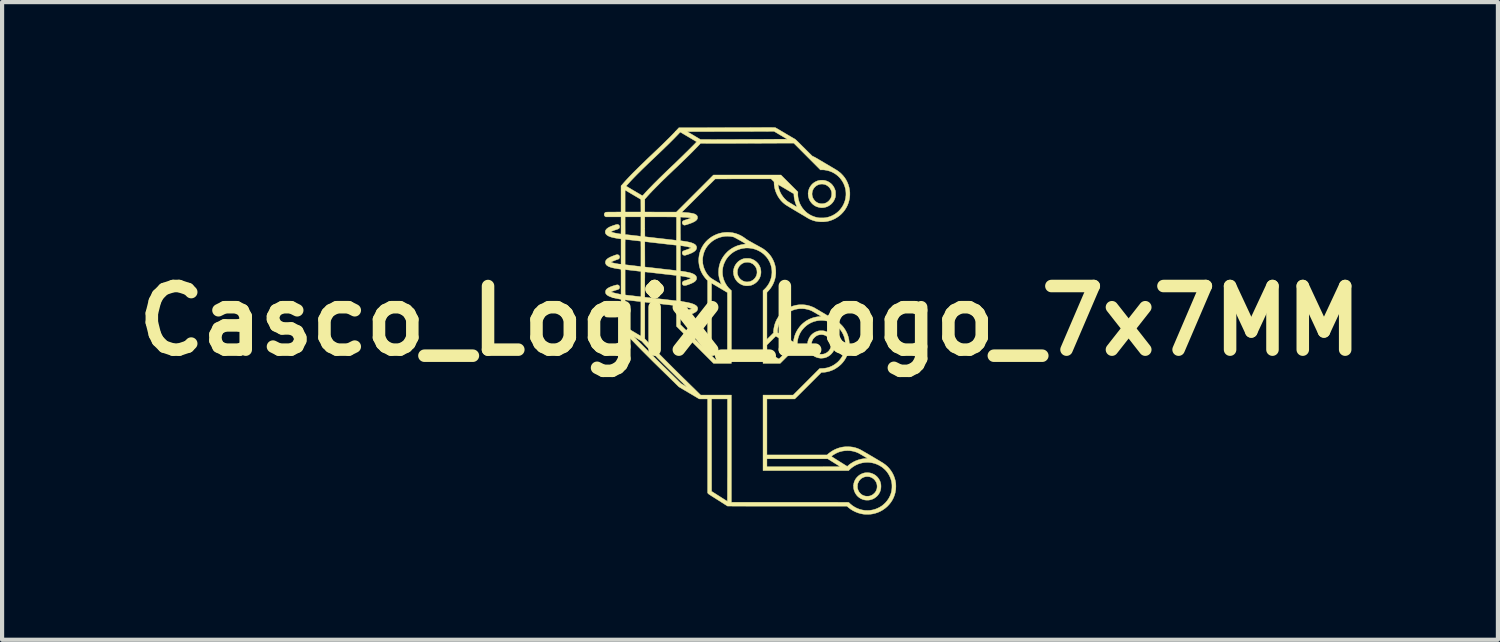
<source format=kicad_pcb>
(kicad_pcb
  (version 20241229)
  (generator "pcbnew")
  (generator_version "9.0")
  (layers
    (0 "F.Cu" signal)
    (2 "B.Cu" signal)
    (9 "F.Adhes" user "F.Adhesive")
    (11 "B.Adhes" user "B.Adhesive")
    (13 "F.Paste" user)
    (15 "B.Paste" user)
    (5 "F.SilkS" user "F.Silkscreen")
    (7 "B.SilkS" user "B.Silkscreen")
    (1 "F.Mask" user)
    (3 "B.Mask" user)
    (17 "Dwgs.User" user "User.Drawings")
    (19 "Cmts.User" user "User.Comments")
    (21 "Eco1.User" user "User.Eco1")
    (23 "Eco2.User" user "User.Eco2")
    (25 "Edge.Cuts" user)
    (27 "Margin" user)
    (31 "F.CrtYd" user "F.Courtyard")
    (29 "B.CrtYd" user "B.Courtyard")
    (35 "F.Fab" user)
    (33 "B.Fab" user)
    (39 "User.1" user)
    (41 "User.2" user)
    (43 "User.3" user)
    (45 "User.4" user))
  (footprint "Casco_Logix_Logo_7x7MM"
    (layer "F.Cu")
    (at 14.921 4.638)
    (property "Reference" "Casco_Logix_Logo_7x7MM" (at 0 0 0) (layer "F.SilkS") (effects (font (size 1.524 1.524) (thickness 0.3))))
    (attr through_hole)
    (fp_poly (pts (xy -3.342 -0.205) (xy -3.314 -0.205) (xy -3.297 -0.205) (xy -3.158 -0.204) (xy -3.146 -0.195) (xy -3.133 -0.181) (xy -3.125 -0.165) (xy -3.123 -0.147) (xy -3.126 -0.129) (xy -3.127 -0.126) (xy -3.134 -0.112) (xy -3.144 -0.103) (xy -3.156 -0.096) (xy -3.159 -0.095) (xy -3.163 -0.093) (xy -3.169 -0.092) (xy -3.176 -0.092) (xy -3.186 -0.091) (xy -3.199 -0.091) (xy -3.216 -0.09) (xy -3.237 -0.09) (xy -3.263 -0.09) (xy -3.294 -0.09) (xy -3.305 -0.09) (xy -3.339 -0.09) (xy -3.366 -0.09) (xy -3.389 -0.09) (xy -3.407 -0.091) (xy -3.421 -0.091) (xy -3.431 -0.092) (xy -3.439 -0.092) (xy -3.445 -0.093) (xy -3.45 -0.094) (xy -3.454 -0.096) (xy -3.455 -0.096) (xy -3.47 -0.106) (xy -3.481 -0.12) (xy -3.487 -0.137) (xy -3.488 -0.155) (xy -3.485 -0.168) (xy -3.479 -0.179) (xy -3.47 -0.19) (xy -3.458 -0.199) (xy -3.447 -0.204) (xy -3.446 -0.204) (xy -3.441 -0.205) (xy -3.43 -0.205) (xy -3.413 -0.205) (xy -3.393 -0.205) (xy -3.369 -0.205) (xy -3.342 -0.205)) (stroke (width 0.01) (type solid)) (fill yes) (layer "F.SilkS"))
    (fp_poly (pts (xy 1.781 -3.367) (xy 1.823 -3.356) (xy 1.864 -3.34) (xy 1.903 -3.318) (xy 1.904 -3.317) (xy 1.941 -3.289) (xy 1.973 -3.256) (xy 2 -3.219) (xy 2.022 -3.178) (xy 2.039 -3.134) (xy 2.041 -3.13) (xy 2.044 -3.119) (xy 2.046 -3.11) (xy 2.048 -3.101) (xy 2.049 -3.09) (xy 2.049 -3.077) (xy 2.049 -3.06) (xy 2.049 -3.042) (xy 2.049 -3.02) (xy 2.049 -3.004) (xy 2.048 -2.991) (xy 2.047 -2.981) (xy 2.046 -2.972) (xy 2.043 -2.962) (xy 2.041 -2.954) (xy 2.024 -2.909) (xy 2.002 -2.867) (xy 1.975 -2.83) (xy 1.944 -2.798) (xy 1.908 -2.77) (xy 1.868 -2.746) (xy 1.86 -2.742) (xy 1.827 -2.729) (xy 1.791 -2.719) (xy 1.755 -2.713) (xy 1.72 -2.711) (xy 1.696 -2.712) (xy 1.648 -2.721) (xy 1.603 -2.734) (xy 1.562 -2.753) (xy 1.524 -2.778) (xy 1.49 -2.807) (xy 1.483 -2.815) (xy 1.454 -2.85) (xy 1.43 -2.888) (xy 1.413 -2.928) (xy 1.4 -2.97) (xy 1.394 -3.012) (xy 1.393 -3.052) (xy 1.486 -3.052) (xy 1.487 -3.015) (xy 1.495 -2.979) (xy 1.507 -2.944) (xy 1.525 -2.913) (xy 1.547 -2.884) (xy 1.573 -2.858) (xy 1.604 -2.837) (xy 1.637 -2.821) (xy 1.65 -2.817) (xy 1.687 -2.808) (xy 1.726 -2.806) (xy 1.765 -2.81) (xy 1.784 -2.814) (xy 1.817 -2.825) (xy 1.848 -2.842) (xy 1.878 -2.865) (xy 1.887 -2.874) (xy 1.912 -2.902) (xy 1.931 -2.931) (xy 1.945 -2.962) (xy 1.953 -2.994) (xy 1.957 -3.031) (xy 1.957 -3.062) (xy 1.954 -3.09) (xy 1.946 -3.117) (xy 1.934 -3.146) (xy 1.934 -3.146) (xy 1.916 -3.177) (xy 1.892 -3.205) (xy 1.864 -3.23) (xy 1.834 -3.25) (xy 1.802 -3.265) (xy 1.765 -3.274) (xy 1.728 -3.278) (xy 1.691 -3.276) (xy 1.656 -3.269) (xy 1.623 -3.256) (xy 1.592 -3.239) (xy 1.564 -3.217) (xy 1.539 -3.191) (xy 1.518 -3.161) (xy 1.502 -3.128) (xy 1.491 -3.092) (xy 1.491 -3.089) (xy 1.486 -3.052) (xy 1.393 -3.052) (xy 1.392 -3.054) (xy 1.397 -3.097) (xy 1.407 -3.138) (xy 1.422 -3.179) (xy 1.443 -3.217) (xy 1.469 -3.253) (xy 1.497 -3.283) (xy 1.532 -3.311) (xy 1.57 -3.334) (xy 1.61 -3.352) (xy 1.651 -3.364) (xy 1.694 -3.37) (xy 1.737 -3.371) (xy 1.781 -3.367)) (stroke (width 0.01) (type solid)) (fill yes) (layer "F.SilkS"))
    (fp_poly (pts (xy -0.046 -1.496) (xy -0.029 -1.496) (xy -0.016 -1.495) (xy -0.005 -1.494) (xy 0.006 -1.492) (xy 0.016 -1.489) (xy 0.059 -1.474) (xy 0.099 -1.454) (xy 0.136 -1.428) (xy 0.159 -1.408) (xy 0.182 -1.384) (xy 0.202 -1.36) (xy 0.218 -1.334) (xy 0.227 -1.318) (xy 0.245 -1.276) (xy 0.256 -1.233) (xy 0.262 -1.19) (xy 0.262 -1.148) (xy 0.256 -1.106) (xy 0.245 -1.065) (xy 0.23 -1.026) (xy 0.209 -0.99) (xy 0.184 -0.956) (xy 0.154 -0.925) (xy 0.12 -0.898) (xy 0.082 -0.875) (xy 0.04 -0.857) (xy 0.037 -0.856) (xy 0.003 -0.847) (xy -0.035 -0.842) (xy -0.073 -0.84) (xy -0.11 -0.842) (xy -0.117 -0.843) (xy -0.156 -0.851) (xy -0.195 -0.865) (xy -0.232 -0.884) (xy -0.267 -0.907) (xy -0.298 -0.933) (xy -0.305 -0.94) (xy -0.334 -0.976) (xy -0.358 -1.013) (xy -0.376 -1.053) (xy -0.389 -1.094) (xy -0.396 -1.137) (xy -0.397 -1.176) (xy -0.304 -1.176) (xy -0.303 -1.14) (xy -0.295 -1.104) (xy -0.282 -1.069) (xy -0.263 -1.036) (xy -0.251 -1.021) (xy -0.226 -0.994) (xy -0.197 -0.972) (xy -0.164 -0.954) (xy -0.129 -0.941) (xy -0.107 -0.936) (xy -0.09 -0.934) (xy -0.069 -0.934) (xy -0.047 -0.935) (xy -0.025 -0.937) (xy -0.007 -0.941) (xy -0.002 -0.942) (xy 0.035 -0.957) (xy 0.069 -0.977) (xy 0.098 -1.001) (xy 0.123 -1.03) (xy 0.143 -1.063) (xy 0.145 -1.066) (xy 0.157 -1.094) (xy 0.164 -1.121) (xy 0.168 -1.15) (xy 0.168 -1.17) (xy 0.165 -1.208) (xy 0.157 -1.244) (xy 0.143 -1.277) (xy 0.123 -1.308) (xy 0.098 -1.336) (xy 0.084 -1.35) (xy 0.073 -1.36) (xy 0.063 -1.367) (xy 0.051 -1.374) (xy 0.038 -1.38) (xy 0.013 -1.391) (xy -0.01 -1.399) (xy -0.034 -1.403) (xy -0.059 -1.405) (xy -0.068 -1.405) (xy -0.107 -1.402) (xy -0.143 -1.394) (xy -0.176 -1.379) (xy -0.208 -1.359) (xy -0.228 -1.342) (xy -0.255 -1.313) (xy -0.275 -1.281) (xy -0.291 -1.247) (xy -0.3 -1.212) (xy -0.304 -1.176) (xy -0.397 -1.176) (xy -0.398 -1.179) (xy -0.394 -1.222) (xy -0.384 -1.263) (xy -0.369 -1.304) (xy -0.349 -1.342) (xy -0.323 -1.378) (xy -0.302 -1.402) (xy -0.276 -1.426) (xy -0.249 -1.445) (xy -0.22 -1.462) (xy -0.209 -1.468) (xy -0.186 -1.478) (xy -0.165 -1.485) (xy -0.146 -1.491) (xy -0.125 -1.494) (xy -0.102 -1.496) (xy -0.074 -1.497) (xy -0.068 -1.497) (xy -0.046 -1.496)) (stroke (width 0.01) (type solid)) (fill yes) (layer "F.SilkS"))
    (fp_poly (pts (xy 2.821 3.638) (xy 2.848 3.64) (xy 2.872 3.643) (xy 2.885 3.645) (xy 2.93 3.66) (xy 2.971 3.679) (xy 3.009 3.704) (xy 3.043 3.734) (xy 3.066 3.76) (xy 3.092 3.798) (xy 3.113 3.837) (xy 3.127 3.879) (xy 3.136 3.924) (xy 3.138 3.968) (xy 3.135 4.015) (xy 3.126 4.059) (xy 3.111 4.101) (xy 3.09 4.14) (xy 3.064 4.176) (xy 3.039 4.203) (xy 3.003 4.233) (xy 2.965 4.258) (xy 2.924 4.276) (xy 2.881 4.289) (xy 2.836 4.296) (xy 2.79 4.296) (xy 2.776 4.295) (xy 2.731 4.288) (xy 2.69 4.275) (xy 2.65 4.256) (xy 2.614 4.233) (xy 2.581 4.205) (xy 2.552 4.173) (xy 2.528 4.138) (xy 2.508 4.099) (xy 2.493 4.058) (xy 2.483 4.014) (xy 2.48 3.983) (xy 2.48 3.971) (xy 2.574 3.971) (xy 2.575 3.993) (xy 2.577 4.013) (xy 2.58 4.025) (xy 2.593 4.062) (xy 2.611 4.096) (xy 2.635 4.126) (xy 2.663 4.153) (xy 2.694 4.174) (xy 2.723 4.187) (xy 2.755 4.197) (xy 2.79 4.202) (xy 2.824 4.202) (xy 2.857 4.198) (xy 2.884 4.192) (xy 2.913 4.179) (xy 2.939 4.165) (xy 2.963 4.145) (xy 2.977 4.132) (xy 2.991 4.118) (xy 3.001 4.106) (xy 3.009 4.094) (xy 3.017 4.079) (xy 3.02 4.074) (xy 3.031 4.048) (xy 3.039 4.025) (xy 3.043 4.001) (xy 3.045 3.975) (xy 3.045 3.967) (xy 3.043 3.933) (xy 3.036 3.901) (xy 3.025 3.871) (xy 3.019 3.859) (xy 2.998 3.826) (xy 2.973 3.797) (xy 2.944 3.773) (xy 2.912 3.754) (xy 2.888 3.744) (xy 2.866 3.737) (xy 2.843 3.733) (xy 2.816 3.732) (xy 2.81 3.732) (xy 2.785 3.732) (xy 2.763 3.735) (xy 2.743 3.74) (xy 2.721 3.748) (xy 2.701 3.757) (xy 2.686 3.765) (xy 2.673 3.773) (xy 2.661 3.782) (xy 2.648 3.794) (xy 2.642 3.8) (xy 2.629 3.814) (xy 2.62 3.825) (xy 2.612 3.836) (xy 2.605 3.849) (xy 2.599 3.862) (xy 2.591 3.877) (xy 2.585 3.892) (xy 2.58 3.906) (xy 2.578 3.913) (xy 2.576 3.929) (xy 2.574 3.949) (xy 2.574 3.971) (xy 2.48 3.971) (xy 2.48 3.938) (xy 2.487 3.895) (xy 2.499 3.853) (xy 2.517 3.814) (xy 2.539 3.777) (xy 2.567 3.744) (xy 2.598 3.714) (xy 2.633 3.688) (xy 2.672 3.667) (xy 2.713 3.651) (xy 2.747 3.642) (xy 2.769 3.64) (xy 2.794 3.638) (xy 2.821 3.638)) (stroke (width 0.01) (type solid)) (fill yes) (layer "F.SilkS"))
    (fp_poly (pts (xy 1.733 0.237) (xy 1.759 0.239) (xy 1.78 0.242) (xy 1.785 0.244) (xy 1.826 0.257) (xy 1.862 0.273) (xy 1.895 0.294) (xy 1.926 0.318) (xy 1.935 0.326) (xy 1.967 0.36) (xy 1.992 0.397) (xy 2.012 0.435) (xy 2.026 0.477) (xy 2.035 0.521) (xy 2.037 0.551) (xy 2.037 0.598) (xy 2.03 0.642) (xy 2.017 0.684) (xy 1.998 0.725) (xy 1.98 0.753) (xy 1.955 0.784) (xy 1.926 0.813) (xy 1.893 0.838) (xy 1.858 0.859) (xy 1.821 0.876) (xy 1.783 0.887) (xy 1.746 0.892) (xy 1.733 0.893) (xy 1.722 0.894) (xy 1.714 0.895) (xy 1.714 0.895) (xy 1.707 0.895) (xy 1.696 0.895) (xy 1.682 0.894) (xy 1.677 0.893) (xy 1.633 0.886) (xy 1.591 0.873) (xy 1.55 0.855) (xy 1.513 0.83) (xy 1.478 0.8) (xy 1.476 0.798) (xy 1.446 0.764) (xy 1.421 0.728) (xy 1.402 0.688) (xy 1.388 0.647) (xy 1.386 0.637) (xy 1.384 0.627) (xy 1.382 0.616) (xy 1.382 0.602) (xy 1.381 0.585) (xy 1.381 0.575) (xy 1.473 0.575) (xy 1.473 0.577) (xy 1.478 0.616) (xy 1.489 0.652) (xy 1.505 0.686) (xy 1.526 0.716) (xy 1.552 0.742) (xy 1.582 0.765) (xy 1.617 0.783) (xy 1.654 0.796) (xy 1.671 0.799) (xy 1.691 0.8) (xy 1.714 0.8) (xy 1.736 0.799) (xy 1.757 0.796) (xy 1.767 0.794) (xy 1.803 0.782) (xy 1.836 0.764) (xy 1.865 0.742) (xy 1.891 0.716) (xy 1.912 0.686) (xy 1.928 0.653) (xy 1.939 0.617) (xy 1.944 0.58) (xy 1.944 0.551) (xy 1.939 0.513) (xy 1.929 0.478) (xy 1.912 0.444) (xy 1.889 0.413) (xy 1.881 0.405) (xy 1.852 0.378) (xy 1.82 0.357) (xy 1.786 0.342) (xy 1.75 0.332) (xy 1.713 0.329) (xy 1.675 0.331) (xy 1.636 0.34) (xy 1.629 0.342) (xy 1.607 0.351) (xy 1.588 0.362) (xy 1.569 0.376) (xy 1.549 0.393) (xy 1.541 0.401) (xy 1.528 0.414) (xy 1.518 0.426) (xy 1.51 0.436) (xy 1.503 0.448) (xy 1.497 0.46) (xy 1.485 0.489) (xy 1.477 0.516) (xy 1.473 0.544) (xy 1.473 0.575) (xy 1.381 0.575) (xy 1.381 0.564) (xy 1.381 0.543) (xy 1.382 0.527) (xy 1.382 0.514) (xy 1.384 0.504) (xy 1.385 0.495) (xy 1.388 0.485) (xy 1.39 0.477) (xy 1.407 0.433) (xy 1.429 0.391) (xy 1.455 0.354) (xy 1.486 0.322) (xy 1.521 0.294) (xy 1.56 0.271) (xy 1.603 0.253) (xy 1.633 0.243) (xy 1.654 0.24) (xy 1.679 0.237) (xy 1.706 0.236) (xy 1.733 0.237)) (stroke (width 0.01) (type solid)) (fill yes) (layer "F.SilkS"))
    (fp_poly (pts (xy 0.445 -4.633) (xy 0.474 -4.633) (xy 0.5 -4.633) (xy 0.522 -4.633) (xy 0.541 -4.632) (xy 0.557 -4.632) (xy 0.57 -4.632) (xy 0.581 -4.632) (xy 0.59 -4.631) (xy 0.596 -4.631) (xy 0.601 -4.63) (xy 0.605 -4.63) (xy 0.607 -4.629) (xy 0.608 -4.629) (xy 0.612 -4.627) (xy 0.622 -4.621) (xy 0.636 -4.613) (xy 0.654 -4.603) (xy 0.677 -4.59) (xy 0.702 -4.575) (xy 0.731 -4.558) (xy 0.762 -4.539) (xy 0.795 -4.52) (xy 0.83 -4.499) (xy 0.85 -4.487) (xy 0.885 -4.466) (xy 0.919 -4.446) (xy 0.951 -4.428) (xy 0.98 -4.41) (xy 1.007 -4.395) (xy 1.03 -4.381) (xy 1.05 -4.37) (xy 1.066 -4.361) (xy 1.077 -4.354) (xy 1.083 -4.351) (xy 1.085 -4.35) (xy 1.087 -4.348) (xy 1.094 -4.341) (xy 1.105 -4.331) (xy 1.12 -4.317) (xy 1.137 -4.3) (xy 1.158 -4.28) (xy 1.181 -4.257) (xy 1.206 -4.232) (xy 1.233 -4.205) (xy 1.262 -4.176) (xy 1.291 -4.148) (xy 1.321 -4.118) (xy 1.35 -4.089) (xy 1.377 -4.062) (xy 1.402 -4.037) (xy 1.425 -4.014) (xy 1.446 -3.994) (xy 1.463 -3.977) (xy 1.477 -3.964) (xy 1.488 -3.953) (xy 1.495 -3.947) (xy 1.498 -3.945) (xy 1.502 -3.944) (xy 1.51 -3.941) (xy 1.52 -3.936) (xy 1.534 -3.929) (xy 1.552 -3.92) (xy 1.574 -3.908) (xy 1.6 -3.893) (xy 1.63 -3.876) (xy 1.664 -3.855) (xy 1.704 -3.832) (xy 1.749 -3.806) (xy 1.784 -3.784) (xy 1.82 -3.763) (xy 1.856 -3.742) (xy 1.89 -3.722) (xy 1.922 -3.703) (xy 1.952 -3.685) (xy 1.979 -3.669) (xy 2.003 -3.655) (xy 2.023 -3.643) (xy 2.039 -3.633) (xy 2.05 -3.627) (xy 2.051 -3.626) (xy 2.09 -3.602) (xy 2.123 -3.578) (xy 2.154 -3.554) (xy 2.183 -3.528) (xy 2.228 -3.481) (xy 2.268 -3.431) (xy 2.303 -3.377) (xy 2.332 -3.32) (xy 2.355 -3.262) (xy 2.373 -3.202) (xy 2.385 -3.14) (xy 2.392 -3.077) (xy 2.392 -3.013) (xy 2.386 -2.95) (xy 2.374 -2.886) (xy 2.358 -2.829) (xy 2.335 -2.769) (xy 2.306 -2.712) (xy 2.272 -2.658) (xy 2.233 -2.608) (xy 2.19 -2.562) (xy 2.143 -2.52) (xy 2.091 -2.483) (xy 2.037 -2.45) (xy 1.979 -2.423) (xy 1.919 -2.401) (xy 1.875 -2.389) (xy 1.818 -2.379) (xy 1.758 -2.373) (xy 1.698 -2.373) (xy 1.638 -2.378) (xy 1.579 -2.387) (xy 1.539 -2.397) (xy 1.502 -2.409) (xy 1.467 -2.422) (xy 1.433 -2.437) (xy 1.398 -2.455) (xy 1.361 -2.477) (xy 1.355 -2.481) (xy 1.347 -2.486) (xy 1.335 -2.493) (xy 1.317 -2.504) (xy 1.296 -2.517) (xy 1.271 -2.532) (xy 1.242 -2.548) (xy 1.212 -2.567) (xy 1.179 -2.586) (xy 1.144 -2.606) (xy 1.109 -2.628) (xy 1.096 -2.635) (xy 1.061 -2.656) (xy 1.026 -2.677) (xy 0.993 -2.697) (xy 0.961 -2.716) (xy 0.933 -2.733) (xy 0.907 -2.749) (xy 0.884 -2.763) (xy 0.866 -2.774) (xy 0.852 -2.783) (xy 0.843 -2.789) (xy 0.841 -2.791) (xy 0.791 -2.832) (xy 0.746 -2.878) (xy 0.706 -2.928) (xy 0.671 -2.981) (xy 0.641 -3.038) (xy 0.616 -3.097) (xy 0.597 -3.159) (xy 0.588 -3.197) (xy 0.585 -3.218) (xy 0.581 -3.242) (xy 0.579 -3.262) (xy 0.673 -3.262) (xy 0.674 -3.253) (xy 0.676 -3.24) (xy 0.678 -3.225) (xy 0.681 -3.209) (xy 0.685 -3.193) (xy 0.688 -3.179) (xy 0.688 -3.178) (xy 0.706 -3.123) (xy 0.729 -3.069) (xy 0.758 -3.018) (xy 0.792 -2.97) (xy 0.83 -2.925) (xy 0.873 -2.884) (xy 0.901 -2.862) (xy 0.907 -2.858) (xy 0.917 -2.851) (xy 0.931 -2.843) (xy 0.948 -2.832) (xy 0.967 -2.82) (xy 0.988 -2.808) (xy 1.01 -2.795) (xy 1.031 -2.782) (xy 1.053 -2.769) (xy 1.072 -2.757) (xy 1.09 -2.747) (xy 1.105 -2.738) (xy 1.117 -2.732) (xy 1.124 -2.728) (xy 1.126 -2.727) (xy 1.129 -2.728) (xy 1.129 -2.728) (xy 1.127 -2.731) (xy 1.124 -2.739) (xy 1.119 -2.75) (xy 1.114 -2.759) (xy 1.098 -2.797) (xy 1.084 -2.839) (xy 1.071 -2.883) (xy 1.062 -2.928) (xy 1.055 -2.971) (xy 1.052 -3.011) (xy 1.051 -3.027) (xy 1.051 -3.044) (xy 0.863 -3.155) (xy 0.831 -3.174) (xy 0.801 -3.192) (xy 0.773 -3.208) (xy 0.748 -3.223) (xy 0.725 -3.236) (xy 0.706 -3.247) (xy 0.691 -3.256) (xy 0.68 -3.262) (xy 0.674 -3.265) (xy 0.673 -3.266) (xy 0.673 -3.262) (xy 0.579 -3.262) (xy 0.579 -3.267) (xy 0.577 -3.291) (xy 0.576 -3.311) (xy 0.576 -3.317) (xy 0.576 -3.333) (xy 0.541 -3.367) (xy 0.506 -3.402) (xy -0.164 -3.402) (xy -0.834 -3.401) (xy -1.235 -3.002) (xy -1.636 -2.602) (xy -1.57 -2.598) (xy -1.525 -2.595) (xy -1.482 -2.591) (xy -1.443 -2.586) (xy -1.407 -2.581) (xy -1.377 -2.575) (xy -1.37 -2.574) (xy -1.336 -2.564) (xy -1.309 -2.552) (xy -1.287 -2.537) (xy -1.271 -2.521) (xy -1.261 -2.502) (xy -1.258 -2.481) (xy -1.258 -2.47) (xy -1.261 -2.45) (xy -1.269 -2.432) (xy -1.283 -2.415) (xy -1.287 -2.411) (xy -1.303 -2.397) (xy -1.322 -2.384) (xy -1.346 -2.371) (xy -1.375 -2.357) (xy -1.408 -2.343) (xy -1.447 -2.329) (xy -1.479 -2.318) (xy -1.504 -2.31) (xy -1.524 -2.303) (xy -1.54 -2.299) (xy -1.552 -2.296) (xy -1.561 -2.294) (xy -1.569 -2.293) (xy -1.575 -2.294) (xy -1.581 -2.295) (xy -1.584 -2.296) (xy -1.599 -2.303) (xy -1.612 -2.315) (xy -1.621 -2.33) (xy -1.625 -2.347) (xy -1.625 -2.362) (xy -1.62 -2.376) (xy -1.61 -2.39) (xy -1.598 -2.4) (xy -1.593 -2.402) (xy -1.585 -2.405) (xy -1.573 -2.409) (xy -1.558 -2.415) (xy -1.54 -2.42) (xy -1.532 -2.423) (xy -1.512 -2.429) (xy -1.491 -2.436) (xy -1.47 -2.444) (xy -1.453 -2.45) (xy -1.45 -2.451) (xy -1.436 -2.457) (xy -1.427 -2.461) (xy -1.423 -2.463) (xy -1.422 -2.465) (xy -1.425 -2.466) (xy -1.433 -2.468) (xy -1.447 -2.471) (xy -1.466 -2.473) (xy -1.487 -2.475) (xy -1.511 -2.477) (xy -1.535 -2.48) (xy -1.56 -2.481) (xy -1.571 -2.482) (xy -1.591 -2.483) (xy -1.611 -2.484) (xy -1.628 -2.485) (xy -1.642 -2.486) (xy -1.649 -2.487) (xy -1.669 -2.488) (xy -1.669 -2.204) (xy -1.669 -2.149) (xy -1.669 -2.101) (xy -1.668 -2.057) (xy -1.668 -2.02) (xy -1.668 -1.988) (xy -1.667 -1.962) (xy -1.667 -1.942) (xy -1.667 -1.928) (xy -1.666 -1.921) (xy -1.666 -1.919) (xy -1.658 -1.919) (xy -1.646 -1.918) (xy -1.63 -1.915) (xy -1.61 -1.912) (xy -1.588 -1.909) (xy -1.566 -1.906) (xy -1.543 -1.902) (xy -1.522 -1.899) (xy -1.503 -1.895) (xy -1.488 -1.892) (xy -1.487 -1.892) (xy -1.441 -1.882) (xy -1.4 -1.87) (xy -1.366 -1.857) (xy -1.338 -1.843) (xy -1.315 -1.828) (xy -1.298 -1.81) (xy -1.287 -1.792) (xy -1.28 -1.771) (xy -1.279 -1.757) (xy -1.281 -1.736) (xy -1.288 -1.715) (xy -1.3 -1.696) (xy -1.318 -1.677) (xy -1.341 -1.659) (xy -1.369 -1.642) (xy -1.404 -1.624) (xy -1.443 -1.608) (xy -1.463 -1.6) (xy -1.484 -1.593) (xy -1.505 -1.586) (xy -1.525 -1.58) (xy -1.542 -1.574) (xy -1.557 -1.571) (xy -1.567 -1.569) (xy -1.568 -1.569) (xy -1.586 -1.572) (xy -1.601 -1.58) (xy -1.614 -1.592) (xy -1.622 -1.607) (xy -1.626 -1.624) (xy -1.624 -1.642) (xy -1.62 -1.653) (xy -1.614 -1.662) (xy -1.607 -1.669) (xy -1.595 -1.676) (xy -1.58 -1.683) (xy -1.56 -1.69) (xy -1.551 -1.693) (xy -1.524 -1.702) (xy -1.496 -1.712) (xy -1.47 -1.722) (xy -1.448 -1.732) (xy -1.429 -1.741) (xy -1.425 -1.743) (xy -1.411 -1.751) (xy -1.425 -1.757) (xy -1.443 -1.762) (xy -1.465 -1.768) (xy -1.492 -1.775) (xy -1.522 -1.781) (xy -1.553 -1.787) (xy -1.586 -1.792) (xy -1.618 -1.796) (xy -1.625 -1.797) (xy -1.639 -1.799) (xy -1.651 -1.801) (xy -1.66 -1.802) (xy -1.661 -1.802) (xy -1.669 -1.804) (xy -1.669 -1.194) (xy -1.616 -1.187) (xy -1.584 -1.182) (xy -1.55 -1.176) (xy -1.516 -1.17) (xy -1.484 -1.163) (xy -1.454 -1.156) (xy -1.429 -1.15) (xy -1.421 -1.148) (xy -1.383 -1.135) (xy -1.351 -1.12) (xy -1.325 -1.104) (xy -1.304 -1.086) (xy -1.29 -1.066) (xy -1.281 -1.045) (xy -1.279 -1.028) (xy -1.281 -1.007) (xy -1.287 -0.987) (xy -1.298 -0.969) (xy -1.314 -0.951) (xy -1.335 -0.934) (xy -1.362 -0.918) (xy -1.394 -0.902) (xy -1.432 -0.886) (xy -1.476 -0.87) (xy -1.483 -0.867) (xy -1.504 -0.86) (xy -1.521 -0.855) (xy -1.534 -0.851) (xy -1.545 -0.849) (xy -1.554 -0.848) (xy -1.564 -0.847) (xy -1.566 -0.847) (xy -1.579 -0.848) (xy -1.588 -0.849) (xy -1.595 -0.851) (xy -1.601 -0.855) (xy -1.602 -0.856) (xy -1.616 -0.87) (xy -1.623 -0.886) (xy -1.626 -0.903) (xy -1.622 -0.921) (xy -1.613 -0.937) (xy -1.608 -0.942) (xy -1.599 -0.95) (xy -1.587 -0.956) (xy -1.572 -0.961) (xy -1.549 -0.968) (xy -1.524 -0.976) (xy -1.499 -0.985) (xy -1.476 -0.993) (xy -1.456 -1.001) (xy -1.44 -1.008) (xy -1.437 -1.01) (xy -1.413 -1.022) (xy -1.426 -1.027) (xy -1.441 -1.032) (xy -1.461 -1.038) (xy -1.487 -1.045) (xy -1.517 -1.051) (xy -1.55 -1.058) (xy -1.587 -1.065) (xy -1.625 -1.071) (xy -1.657 -1.076) (xy -1.669 -1.078) (xy -1.669 -0.47) (xy -1.658 -0.468) (xy -1.622 -0.462) (xy -1.591 -0.457) (xy -1.565 -0.453) (xy -1.543 -0.449) (xy -1.525 -0.446) (xy -1.51 -0.443) (xy -1.497 -0.44) (xy -1.486 -0.438) (xy -1.476 -0.436) (xy -1.473 -0.435) (xy -1.425 -0.424) (xy -1.384 -0.411) (xy -1.348 -0.398) (xy -1.319 -0.383) (xy -1.295 -0.368) (xy -1.277 -0.351) (xy -1.264 -0.334) (xy -1.256 -0.314) (xy -1.254 -0.294) (xy -1.256 -0.277) (xy -1.262 -0.26) (xy -1.27 -0.243) (xy -1.276 -0.236) (xy -1.297 -0.217) (xy -1.323 -0.2) (xy -1.355 -0.183) (xy -1.394 -0.167) (xy -1.438 -0.152) (xy -1.487 -0.138) (xy -1.532 -0.127) (xy -1.553 -0.123) (xy -1.569 -0.121) (xy -1.582 -0.122) (xy -1.592 -0.126) (xy -1.602 -0.132) (xy -1.608 -0.138) (xy -1.619 -0.153) (xy -1.625 -0.17) (xy -1.625 -0.188) (xy -1.619 -0.205) (xy -1.608 -0.219) (xy -1.605 -0.223) (xy -1.598 -0.227) (xy -1.587 -0.231) (xy -1.571 -0.236) (xy -1.55 -0.242) (xy -1.548 -0.242) (xy -1.505 -0.254) (xy -1.468 -0.264) (xy -1.438 -0.274) (xy -1.415 -0.283) (xy -1.394 -0.292) (xy -1.403 -0.296) (xy -1.414 -0.299) (xy -1.429 -0.304) (xy -1.448 -0.309) (xy -1.468 -0.314) (xy -1.487 -0.319) (xy -1.505 -0.324) (xy -1.509 -0.325) (xy -1.522 -0.327) (xy -1.538 -0.33) (xy -1.557 -0.334) (xy -1.577 -0.337) (xy -1.597 -0.341) (xy -1.617 -0.344) (xy -1.634 -0.347) (xy -1.648 -0.349) (xy -1.659 -0.35) (xy -1.663 -0.35) (xy -1.664 -0.35) (xy -1.665 -0.349) (xy -1.666 -0.347) (xy -1.667 -0.343) (xy -1.667 -0.337) (xy -1.668 -0.329) (xy -1.668 -0.317) (xy -1.668 -0.302) (xy -1.668 -0.283) (xy -1.669 -0.26) (xy -1.669 -0.232) (xy -1.669 -0.199) (xy -1.669 -0.16) (xy -1.669 -0.131) (xy -1.669 0.089) (xy -1.115 0.641) (xy -1.066 0.642) (xy -1.016 0.643) (xy -1.016 -0.12) (xy -0.923 -0.12) (xy -0.923 0.664) (xy -0.542 0.89) (xy -0.541 0.107) (xy -0.541 0.036) (xy -0.541 -0.033) (xy -0.541 -0.099) (xy -0.541 -0.164) (xy -0.541 -0.226) (xy -0.541 -0.286) (xy -0.541 -0.342) (xy -0.541 -0.395) (xy -0.541 -0.444) (xy -0.541 -0.489) (xy -0.541 -0.531) (xy -0.541 -0.567) (xy -0.542 -0.599) (xy -0.542 -0.626) (xy -0.542 -0.648) (xy -0.542 -0.664) (xy -0.542 -0.674) (xy -0.543 -0.679) (xy -0.543 -0.679) (xy -0.546 -0.681) (xy -0.554 -0.686) (xy -0.566 -0.693) (xy -0.583 -0.703) (xy -0.602 -0.715) (xy -0.625 -0.728) (xy -0.649 -0.743) (xy -0.676 -0.758) (xy -0.703 -0.775) (xy -0.731 -0.791) (xy -0.759 -0.808) (xy -0.786 -0.824) (xy -0.813 -0.84) (xy -0.838 -0.854) (xy -0.86 -0.868) (xy -0.88 -0.879) (xy -0.897 -0.889) (xy -0.909 -0.897) (xy -0.918 -0.902) (xy -0.921 -0.903) (xy -0.921 -0.903) (xy -0.922 -0.9) (xy -0.922 -0.891) (xy -0.922 -0.876) (xy -0.922 -0.855) (xy -0.922 -0.829) (xy -0.922 -0.798) (xy -0.922 -0.762) (xy -0.922 -0.721) (xy -0.922 -0.677) (xy -0.922 -0.628) (xy -0.923 -0.576) (xy -0.923 -0.52) (xy -0.923 -0.461) (xy -0.923 -0.399) (xy -0.923 -0.335) (xy -0.923 -0.269) (xy -0.923 -0.2) (xy -0.923 -0.13) (xy -0.923 -0.12) (xy -1.016 -0.12) (xy -1.016 -0.966) (xy -1.036 -0.986) (xy -1.046 -0.996) (xy -1.058 -1.01) (xy -1.071 -1.025) (xy -1.081 -1.037) (xy -1.119 -1.089) (xy -1.152 -1.144) (xy -1.18 -1.202) (xy -1.201 -1.262) (xy -1.217 -1.323) (xy -1.226 -1.386) (xy -1.229 -1.431) (xy -1.136 -1.431) (xy -1.131 -1.373) (xy -1.12 -1.317) (xy -1.102 -1.262) (xy -1.08 -1.21) (xy -1.06 -1.171) (xy -1.038 -1.135) (xy -1.014 -1.102) (xy -1.003 -1.088) (xy -0.992 -1.076) (xy -0.982 -1.065) (xy -0.973 -1.055) (xy -0.963 -1.045) (xy -0.951 -1.036) (xy -0.938 -1.026) (xy -0.923 -1.016) (xy -0.905 -1.004) (xy -0.883 -0.99) (xy -0.857 -0.974) (xy -0.826 -0.956) (xy -0.813 -0.948) (xy -0.783 -0.93) (xy -0.758 -0.916) (xy -0.738 -0.903) (xy -0.721 -0.894) (xy -0.709 -0.887) (xy -0.699 -0.881) (xy -0.693 -0.878) (xy -0.688 -0.876) (xy -0.686 -0.875) (xy -0.685 -0.875) (xy -0.685 -0.876) (xy -0.686 -0.879) (xy -0.69 -0.887) (xy -0.694 -0.897) (xy -0.697 -0.904) (xy -0.711 -0.936) (xy -0.723 -0.971) (xy -0.734 -1.009) (xy -0.741 -1.04) (xy -0.751 -1.103) (xy -0.754 -1.166) (xy -0.751 -1.229) (xy -0.743 -1.29) (xy -0.729 -1.35) (xy -0.709 -1.409) (xy -0.684 -1.465) (xy -0.653 -1.519) (xy -0.618 -1.57) (xy -0.578 -1.617) (xy -0.534 -1.662) (xy -0.485 -1.702) (xy -0.432 -1.738) (xy -0.381 -1.766) (xy -0.346 -1.782) (xy -0.313 -1.796) (xy -0.278 -1.808) (xy -0.242 -1.817) (xy -0.202 -1.826) (xy -0.158 -1.833) (xy -0.124 -1.838) (xy -0.105 -1.841) (xy -0.118 -1.854) (xy -0.124 -1.859) (xy -0.133 -1.865) (xy -0.146 -1.874) (xy -0.164 -1.884) (xy -0.187 -1.897) (xy -0.214 -1.913) (xy -0.247 -1.931) (xy -0.259 -1.938) (xy -0.29 -1.955) (xy -0.315 -1.969) (xy -0.336 -1.98) (xy -0.353 -1.99) (xy -0.367 -1.997) (xy -0.378 -2.002) (xy -0.388 -2.007) (xy -0.395 -2.01) (xy -0.403 -2.012) (xy -0.409 -2.014) (xy -0.417 -2.015) (xy -0.418 -2.016) (xy -0.48 -2.025) (xy -0.543 -2.029) (xy -0.604 -2.026) (xy -0.665 -2.016) (xy -0.724 -2.001) (xy -0.782 -1.979) (xy -0.838 -1.952) (xy -0.881 -1.925) (xy -0.906 -1.907) (xy -0.933 -1.885) (xy -0.96 -1.86) (xy -0.986 -1.834) (xy -1.01 -1.808) (xy -1.029 -1.783) (xy -1.033 -1.778) (xy -1.063 -1.731) (xy -1.088 -1.68) (xy -1.108 -1.626) (xy -1.123 -1.571) (xy -1.132 -1.516) (xy -1.135 -1.491) (xy -1.136 -1.431) (xy -1.229 -1.431) (xy -1.23 -1.449) (xy -1.228 -1.497) (xy -1.22 -1.562) (xy -1.207 -1.624) (xy -1.187 -1.685) (xy -1.162 -1.743) (xy -1.131 -1.798) (xy -1.096 -1.85) (xy -1.055 -1.899) (xy -1.01 -1.943) (xy -0.96 -1.984) (xy -0.906 -2.021) (xy -0.85 -2.051) (xy -0.79 -2.077) (xy -0.729 -2.097) (xy -0.666 -2.111) (xy -0.603 -2.119) (xy -0.539 -2.122) (xy -0.476 -2.118) (xy -0.413 -2.11) (xy -0.351 -2.095) (xy -0.291 -2.075) (xy -0.232 -2.049) (xy -0.177 -2.018) (xy -0.124 -1.982) (xy -0.106 -1.968) (xy -0.098 -1.962) (xy -0.089 -1.955) (xy -0.077 -1.948) (xy -0.062 -1.939) (xy -0.045 -1.928) (xy -0.023 -1.915) (xy 0.003 -1.901) (xy 0.033 -1.884) (xy 0.068 -1.864) (xy 0.077 -1.859) (xy 0.107 -1.842) (xy 0.137 -1.826) (xy 0.164 -1.811) (xy 0.19 -1.797) (xy 0.213 -1.784) (xy 0.232 -1.773) (xy 0.248 -1.765) (xy 0.259 -1.759) (xy 0.262 -1.757) (xy 0.315 -1.726) (xy 0.365 -1.69) (xy 0.413 -1.648) (xy 0.456 -1.603) (xy 0.495 -1.554) (xy 0.519 -1.518) (xy 0.551 -1.46) (xy 0.577 -1.401) (xy 0.597 -1.339) (xy 0.61 -1.277) (xy 0.617 -1.213) (xy 0.618 -1.148) (xy 0.617 -1.127) (xy 0.61 -1.063) (xy 0.596 -1) (xy 0.576 -0.939) (xy 0.551 -0.88) (xy 0.52 -0.824) (xy 0.483 -0.77) (xy 0.441 -0.72) (xy 0.434 -0.713) (xy 0.405 -0.682) (xy 0.405 0.445) (xy 0.563 0.288) (xy 0.563 0.28) (xy 0.658 0.28) (xy 1.04 0.507) (xy 1.043 0.486) (xy 1.044 0.473) (xy 1.047 0.457) (xy 1.05 0.44) (xy 1.052 0.431) (xy 1.067 0.37) (xy 1.088 0.311) (xy 1.115 0.254) (xy 1.148 0.199) (xy 1.185 0.148) (xy 1.226 0.1) (xy 1.272 0.057) (xy 1.322 0.018) (xy 1.353 -0.003) (xy 1.406 -0.033) (xy 1.46 -0.057) (xy 1.517 -0.077) (xy 1.576 -0.091) (xy 1.64 -0.102) (xy 1.677 -0.105) (xy 1.706 -0.108) (xy 1.603 -0.168) (xy 1.579 -0.183) (xy 1.555 -0.197) (xy 1.532 -0.21) (xy 1.512 -0.221) (xy 1.495 -0.231) (xy 1.482 -0.238) (xy 1.474 -0.242) (xy 1.421 -0.263) (xy 1.366 -0.278) (xy 1.309 -0.289) (xy 1.251 -0.293) (xy 1.192 -0.292) (xy 1.134 -0.285) (xy 1.077 -0.273) (xy 1.052 -0.265) (xy 1 -0.245) (xy 0.95 -0.219) (xy 0.902 -0.189) (xy 0.857 -0.154) (xy 0.816 -0.116) (xy 0.801 -0.099) (xy 0.765 -0.054) (xy 0.735 -0.007) (xy 0.709 0.043) (xy 0.688 0.095) (xy 0.672 0.148) (xy 0.662 0.2) (xy 0.658 0.252) (xy 0.658 0.28) (xy 0.563 0.28) (xy 0.563 0.268) (xy 0.564 0.229) (xy 0.57 0.187) (xy 0.578 0.144) (xy 0.588 0.101) (xy 0.601 0.06) (xy 0.614 0.025) (xy 0.643 -0.036) (xy 0.677 -0.092) (xy 0.716 -0.144) (xy 0.759 -0.191) (xy 0.807 -0.234) (xy 0.858 -0.273) (xy 0.912 -0.306) (xy 0.97 -0.334) (xy 1.031 -0.356) (xy 1.094 -0.373) (xy 1.141 -0.381) (xy 1.167 -0.384) (xy 1.198 -0.386) (xy 1.23 -0.386) (xy 1.263 -0.386) (xy 1.294 -0.384) (xy 1.321 -0.382) (xy 1.326 -0.381) (xy 1.375 -0.372) (xy 1.425 -0.359) (xy 1.472 -0.343) (xy 1.516 -0.325) (xy 1.531 -0.318) (xy 1.537 -0.315) (xy 1.548 -0.309) (xy 1.564 -0.299) (xy 1.583 -0.288) (xy 1.607 -0.274) (xy 1.633 -0.259) (xy 1.662 -0.242) (xy 1.693 -0.223) (xy 1.726 -0.204) (xy 1.755 -0.187) (xy 1.791 -0.166) (xy 1.825 -0.145) (xy 1.859 -0.125) (xy 1.892 -0.105) (xy 1.923 -0.087) (xy 1.951 -0.071) (xy 1.975 -0.056) (xy 1.996 -0.044) (xy 2.012 -0.034) (xy 2.02 -0.029) (xy 2.041 -0.017) (xy 2.061 -0.004) (xy 2.081 0.008) (xy 2.098 0.02) (xy 2.111 0.029) (xy 2.112 0.03) (xy 2.131 0.045) (xy 2.152 0.063) (xy 2.174 0.084) (xy 2.195 0.105) (xy 2.215 0.126) (xy 2.232 0.146) (xy 2.24 0.156) (xy 2.278 0.211) (xy 2.31 0.269) (xy 2.336 0.328) (xy 2.356 0.389) (xy 2.37 0.452) (xy 2.377 0.515) (xy 2.379 0.579) (xy 2.374 0.644) (xy 2.363 0.708) (xy 2.346 0.772) (xy 2.344 0.78) (xy 2.32 0.839) (xy 2.292 0.896) (xy 2.258 0.949) (xy 2.22 0.999) (xy 2.177 1.045) (xy 2.13 1.086) (xy 2.079 1.123) (xy 2.026 1.156) (xy 1.969 1.183) (xy 1.909 1.205) (xy 1.848 1.221) (xy 1.796 1.23) (xy 1.778 1.232) (xy 1.76 1.233) (xy 1.743 1.234) (xy 1.734 1.235) (xy 1.709 1.235) (xy 1.391 1.553) (xy 1.072 1.871) (xy 0.405 1.871) (xy 0.405 3.212) (xy 1.846 3.212) (xy 1.875 3.186) (xy 1.916 3.154) (xy 1.961 3.123) (xy 2.009 3.095) (xy 2.058 3.072) (xy 2.101 3.055) (xy 2.151 3.039) (xy 2.2 3.027) (xy 2.25 3.02) (xy 2.302 3.016) (xy 2.336 3.016) (xy 2.399 3.018) (xy 2.459 3.025) (xy 2.517 3.038) (xy 2.573 3.056) (xy 2.63 3.08) (xy 2.643 3.087) (xy 2.65 3.091) (xy 2.663 3.098) (xy 2.68 3.107) (xy 2.701 3.12) (xy 2.726 3.134) (xy 2.754 3.15) (xy 2.784 3.168) (xy 2.816 3.186) (xy 2.85 3.206) (xy 2.884 3.227) (xy 2.92 3.247) (xy 2.955 3.268) (xy 2.99 3.289) (xy 3.024 3.309) (xy 3.056 3.328) (xy 3.086 3.346) (xy 3.114 3.363) (xy 3.139 3.378) (xy 3.16 3.391) (xy 3.178 3.401) (xy 3.19 3.41) (xy 3.197 3.414) (xy 3.249 3.452) (xy 3.297 3.495) (xy 3.341 3.543) (xy 3.379 3.594) (xy 3.413 3.648) (xy 3.441 3.705) (xy 3.464 3.765) (xy 3.481 3.828) (xy 3.492 3.89) (xy 3.493 3.91) (xy 3.494 3.935) (xy 3.495 3.962) (xy 3.494 3.99) (xy 3.493 4.016) (xy 3.492 4.039) (xy 3.49 4.053) (xy 3.478 4.119) (xy 3.46 4.182) (xy 3.436 4.242) (xy 3.406 4.299) (xy 3.371 4.353) (xy 3.33 4.403) (xy 3.285 4.45) (xy 3.233 4.494) (xy 3.231 4.495) (xy 3.178 4.532) (xy 3.121 4.564) (xy 3.061 4.591) (xy 2.999 4.611) (xy 2.934 4.626) (xy 2.899 4.631) (xy 2.874 4.634) (xy 2.845 4.635) (xy 2.814 4.636) (xy 2.782 4.636) (xy 2.752 4.634) (xy 2.725 4.632) (xy 2.717 4.631) (xy 2.652 4.619) (xy 2.589 4.601) (xy 2.528 4.577) (xy 2.469 4.548) (xy 2.412 4.513) (xy 2.36 4.473) (xy 2.344 4.459) (xy 2.322 4.44) (xy 0.893 4.44) (xy 0.766 4.44) (xy 0.646 4.44) (xy 0.533 4.44) (xy 0.425 4.44) (xy 0.324 4.44) (xy 0.228 4.44) (xy 0.139 4.44) (xy 0.055 4.44) (xy -0.022 4.44) (xy -0.094 4.44) (xy -0.16 4.439) (xy -0.221 4.439) (xy -0.276 4.439) (xy -0.326 4.439) (xy -0.37 4.439) (xy -0.409 4.439) (xy -0.443 4.438) (xy -0.472 4.438) (xy -0.495 4.438) (xy -0.514 4.438) (xy -0.528 4.437) (xy -0.537 4.437) (xy -0.541 4.437) (xy -0.541 4.437) (xy -0.544 4.435) (xy -0.553 4.429) (xy -0.566 4.421) (xy -0.583 4.41) (xy -0.604 4.397) (xy -0.628 4.381) (xy -0.655 4.364) (xy -0.685 4.345) (xy -0.717 4.324) (xy -0.751 4.303) (xy -0.773 4.289) (xy -0.814 4.263) (xy -0.849 4.241) (xy -0.88 4.221) (xy -0.907 4.205) (xy -0.929 4.19) (xy -0.948 4.178) (xy -0.963 4.168) (xy -0.976 4.16) (xy -0.986 4.153) (xy -0.993 4.147) (xy -0.999 4.143) (xy -1.003 4.139) (xy -1.006 4.136) (xy -1.008 4.133) (xy -1.009 4.131) (xy -1.016 4.117) (xy -1.016 1.871) (xy -0.923 1.871) (xy -0.922 2.978) (xy -0.921 4.085) (xy -0.733 4.204) (xy -0.702 4.224) (xy -0.672 4.243) (xy -0.644 4.261) (xy -0.618 4.277) (xy -0.596 4.291) (xy -0.577 4.303) (xy -0.561 4.313) (xy -0.55 4.319) (xy -0.544 4.323) (xy -0.543 4.324) (xy -0.542 4.321) (xy -0.542 4.312) (xy -0.542 4.296) (xy -0.542 4.275) (xy -0.542 4.248) (xy -0.542 4.216) (xy -0.541 4.179) (xy -0.541 4.137) (xy -0.541 4.091) (xy -0.541 4.04) (xy -0.541 3.984) (xy -0.541 3.925) (xy -0.541 3.862) (xy -0.541 3.795) (xy -0.54 3.725) (xy -0.54 3.652) (xy -0.54 3.576) (xy -0.54 3.497) (xy -0.54 3.416) (xy -0.54 3.332) (xy -0.54 3.247) (xy -0.54 3.159) (xy -0.54 3.098) (xy -0.54 1.871) (xy -0.923 1.871) (xy -1.016 1.871) (xy -1.118 1.871) (xy -1.146 1.871) (xy -1.169 1.871) (xy -1.186 1.871) (xy -1.2 1.871) (xy -1.21 1.87) (xy -1.217 1.869) (xy -1.221 1.868) (xy -1.224 1.867) (xy -1.227 1.865) (xy -1.23 1.863) (xy -1.239 1.857) (xy -1.253 1.849) (xy -1.271 1.838) (xy -1.293 1.825) (xy -1.318 1.81) (xy -1.346 1.793) (xy -1.377 1.775) (xy -1.41 1.755) (xy -1.445 1.735) (xy -1.47 1.72) (xy -1.706 1.58) (xy -1.801 1.487) (xy -1.817 1.47) (xy -1.838 1.45) (xy -1.863 1.426) (xy -1.89 1.399) (xy -1.92 1.37) (xy -1.952 1.338) (xy -1.985 1.306) (xy -2.019 1.273) (xy -2.054 1.239) (xy -2.088 1.205) (xy -2.111 1.183) (xy -2.211 1.085) (xy -2.306 0.992) (xy -2.396 0.902) (xy -2.482 0.816) (xy -2.564 0.734) (xy -2.641 0.656) (xy -2.715 0.581) (xy -2.784 0.509) (xy -2.85 0.441) (xy -2.908 0.38) (xy -2.777 0.38) (xy -2.775 0.383) (xy -2.769 0.39) (xy -2.759 0.401) (xy -2.745 0.416) (xy -2.727 0.434) (xy -2.707 0.456) (xy -2.683 0.48) (xy -2.656 0.508) (xy -2.627 0.537) (xy -2.595 0.569) (xy -2.561 0.603) (xy -2.526 0.639) (xy -2.489 0.676) (xy -2.45 0.715) (xy -2.411 0.754) (xy -2.371 0.794) (xy -2.33 0.835) (xy -2.289 0.876) (xy -2.248 0.917) (xy -2.207 0.957) (xy -2.166 0.997) (xy -2.126 1.037) (xy -2.088 1.075) (xy -2.061 1.101) (xy -2.027 1.134) (xy -1.993 1.168) (xy -1.958 1.201) (xy -1.924 1.235) (xy -1.891 1.267) (xy -1.859 1.298) (xy -1.83 1.327) (xy -1.803 1.354) (xy -1.779 1.377) (xy -1.759 1.397) (xy -1.749 1.407) (xy -1.65 1.504) (xy -1.588 1.541) (xy -1.57 1.552) (xy -1.554 1.561) (xy -1.54 1.569) (xy -1.53 1.575) (xy -1.524 1.578) (xy -1.523 1.578) (xy -1.524 1.576) (xy -1.53 1.57) (xy -1.539 1.561) (xy -1.552 1.548) (xy -1.567 1.532) (xy -1.585 1.515) (xy -1.605 1.496) (xy -1.614 1.486) (xy -1.712 1.391) (xy -1.806 1.298) (xy -1.895 1.209) (xy -1.981 1.124) (xy -2.063 1.043) (xy -2.14 0.965) (xy -2.213 0.891) (xy -2.281 0.82) (xy -2.345 0.754) (xy -2.405 0.692) (xy -2.46 0.633) (xy -2.51 0.579) (xy -2.553 0.533) (xy -2.593 0.488) (xy -2.684 0.434) (xy -2.706 0.421) (xy -2.726 0.409) (xy -2.744 0.399) (xy -2.758 0.39) (xy -2.769 0.384) (xy -2.775 0.381) (xy -2.777 0.38) (xy -2.908 0.38) (xy -2.912 0.375) (xy -2.971 0.313) (xy -3.026 0.253) (xy -3.041 0.237) (xy -3.09 0.183) (xy -3.09 -0.505) (xy -2.993 -0.505) (xy -2.993 -0.181) (xy -2.992 0.142) (xy -2.804 0.254) (xy -2.616 0.366) (xy -2.615 -0.046) (xy -2.615 -0.109) (xy -2.615 -0.167) (xy -2.615 -0.221) (xy -2.615 -0.27) (xy -2.615 -0.313) (xy -2.615 -0.351) (xy -2.615 -0.384) (xy -2.615 -0.411) (xy -2.616 -0.432) (xy -2.616 -0.448) (xy -2.616 -0.451) (xy -2.521 -0.451) (xy -2.521 0.43) (xy -2.475 0.479) (xy -2.423 0.536) (xy -2.366 0.596) (xy -2.305 0.66) (xy -2.239 0.729) (xy -2.169 0.801) (xy -2.094 0.877) (xy -2.015 0.957) (xy -1.932 1.04) (xy -1.845 1.127) (xy -1.754 1.217) (xy -1.659 1.311) (xy -1.6 1.369) (xy -1.566 1.402) (xy -1.531 1.436) (xy -1.497 1.47) (xy -1.462 1.504) (xy -1.429 1.537) (xy -1.397 1.568) (xy -1.367 1.597) (xy -1.339 1.624) (xy -1.315 1.648) (xy -1.295 1.668) (xy -1.285 1.678) (xy -1.183 1.778) (xy -0.447 1.778) (xy -0.447 4.347) (xy 1.073 4.347) (xy 1.18 4.347) (xy 1.281 4.347) (xy 1.376 4.347) (xy 1.465 4.347) (xy 1.549 4.347) (xy 1.628 4.347) (xy 1.701 4.347) (xy 1.769 4.347) (xy 1.833 4.347) (xy 1.891 4.347) (xy 1.946 4.347) (xy 1.996 4.347) (xy 2.042 4.347) (xy 2.083 4.347) (xy 2.122 4.348) (xy 2.156 4.348) (xy 2.187 4.348) (xy 2.215 4.348) (xy 2.24 4.348) (xy 2.262 4.348) (xy 2.282 4.348) (xy 2.299 4.349) (xy 2.313 4.349) (xy 2.325 4.349) (xy 2.336 4.349) (xy 2.344 4.35) (xy 2.351 4.35) (xy 2.357 4.35) (xy 2.361 4.351) (xy 2.364 4.351) (xy 2.366 4.351) (xy 2.368 4.352) (xy 2.369 4.352) (xy 2.369 4.353) (xy 2.37 4.353) (xy 2.37 4.353) (xy 2.373 4.358) (xy 2.381 4.365) (xy 2.391 4.375) (xy 2.403 4.386) (xy 2.404 4.387) (xy 2.453 4.427) (xy 2.506 4.461) (xy 2.561 4.49) (xy 2.618 4.512) (xy 2.678 4.529) (xy 2.735 4.539) (xy 2.752 4.541) (xy 2.773 4.542) (xy 2.797 4.542) (xy 2.822 4.543) (xy 2.845 4.542) (xy 2.866 4.541) (xy 2.881 4.54) (xy 2.942 4.529) (xy 3 4.513) (xy 3.056 4.491) (xy 3.109 4.464) (xy 3.159 4.433) (xy 3.205 4.396) (xy 3.247 4.356) (xy 3.285 4.311) (xy 3.319 4.263) (xy 3.347 4.211) (xy 3.37 4.156) (xy 3.375 4.142) (xy 3.385 4.108) (xy 3.392 4.075) (xy 3.397 4.042) (xy 3.4 4.005) (xy 3.401 3.984) (xy 3.401 3.934) (xy 3.397 3.888) (xy 3.389 3.844) (xy 3.377 3.801) (xy 3.367 3.771) (xy 3.343 3.716) (xy 3.314 3.664) (xy 3.28 3.616) (xy 3.241 3.571) (xy 3.197 3.531) (xy 3.15 3.495) (xy 3.099 3.464) (xy 3.045 3.438) (xy 2.987 3.417) (xy 2.928 3.402) (xy 2.869 3.393) (xy 2.809 3.39) (xy 2.75 3.393) (xy 2.691 3.402) (xy 2.633 3.417) (xy 2.577 3.437) (xy 2.523 3.462) (xy 2.472 3.493) (xy 2.424 3.529) (xy 2.383 3.567) (xy 2.362 3.588) (xy 0.312 3.588) (xy 0.312 3.305) (xy 0.405 3.305) (xy 0.405 3.495) (xy 1.284 3.495) (xy 1.365 3.495) (xy 1.444 3.495) (xy 1.52 3.495) (xy 1.593 3.495) (xy 1.663 3.495) (xy 1.728 3.495) (xy 1.79 3.494) (xy 1.848 3.494) (xy 1.902 3.494) (xy 1.951 3.494) (xy 1.995 3.494) (xy 2.035 3.494) (xy 2.069 3.493) (xy 2.099 3.493) (xy 2.122 3.493) (xy 2.14 3.493) (xy 2.152 3.492) (xy 2.158 3.492) (xy 2.159 3.492) (xy 2.156 3.49) (xy 2.147 3.485) (xy 2.135 3.477) (xy 2.118 3.466) (xy 2.098 3.453) (xy 2.076 3.439) (xy 2.05 3.423) (xy 2.023 3.406) (xy 2.009 3.397) (xy 1.862 3.305) (xy 0.405 3.305) (xy 0.312 3.305) (xy 0.312 3.247) (xy 1.95 3.247) (xy 1.953 3.25) (xy 1.96 3.255) (xy 1.973 3.263) (xy 1.989 3.274) (xy 2.009 3.286) (xy 2.032 3.301) (xy 2.059 3.318) (xy 2.087 3.336) (xy 2.118 3.355) (xy 2.14 3.369) (xy 2.329 3.487) (xy 2.357 3.464) (xy 2.37 3.452) (xy 2.387 3.439) (xy 2.405 3.426) (xy 2.422 3.414) (xy 2.423 3.414) (xy 2.477 3.381) (xy 2.535 3.353) (xy 2.595 3.331) (xy 2.657 3.314) (xy 2.719 3.303) (xy 2.727 3.302) (xy 2.745 3.3) (xy 2.765 3.298) (xy 2.783 3.296) (xy 2.786 3.296) (xy 2.815 3.294) (xy 2.714 3.234) (xy 2.69 3.22) (xy 2.667 3.206) (xy 2.645 3.194) (xy 2.626 3.183) (xy 2.611 3.175) (xy 2.599 3.168) (xy 2.593 3.165) (xy 2.542 3.144) (xy 2.493 3.129) (xy 2.444 3.118) (xy 2.394 3.111) (xy 2.341 3.109) (xy 2.334 3.109) (xy 2.271 3.112) (xy 2.21 3.121) (xy 2.15 3.136) (xy 2.093 3.157) (xy 2.039 3.185) (xy 1.986 3.217) (xy 1.971 3.229) (xy 1.961 3.236) (xy 1.954 3.243) (xy 1.95 3.247) (xy 1.95 3.247) (xy 0.312 3.247) (xy 0.312 1.778) (xy 1.034 1.778) (xy 1.352 1.46) (xy 1.669 1.142) (xy 1.726 1.141) (xy 1.787 1.136) (xy 1.845 1.126) (xy 1.901 1.109) (xy 1.954 1.087) (xy 2.006 1.059) (xy 2.056 1.025) (xy 2.101 0.988) (xy 2.142 0.946) (xy 2.178 0.9) (xy 2.21 0.85) (xy 2.236 0.797) (xy 2.258 0.742) (xy 2.273 0.686) (xy 2.276 0.668) (xy 2.284 0.609) (xy 2.285 0.55) (xy 2.281 0.492) (xy 2.271 0.435) (xy 2.255 0.38) (xy 2.234 0.327) (xy 2.208 0.277) (xy 2.178 0.23) (xy 2.143 0.185) (xy 2.103 0.145) (xy 2.06 0.108) (xy 2.012 0.075) (xy 1.961 0.047) (xy 1.907 0.024) (xy 1.85 0.006) (xy 1.832 0.002) (xy 1.773 -0.008) (xy 1.713 -0.012) (xy 1.654 -0.009) (xy 1.595 -0.000137) (xy 1.537 0.015) (xy 1.48 0.036) (xy 1.447 0.052) (xy 1.394 0.082) (xy 1.345 0.118) (xy 1.301 0.158) (xy 1.261 0.202) (xy 1.225 0.25) (xy 1.195 0.302) (xy 1.191 0.31) (xy 1.167 0.366) (xy 1.15 0.422) (xy 1.138 0.479) (xy 1.133 0.537) (xy 1.132 0.57) (xy 1.133 0.608) (xy 0.722 1.019) (xy 0.312 1.019) (xy 0.312 0.926) (xy 0.405 0.926) (xy 0.467 0.926) (xy 0.486 0.926) (xy 0.502 0.926) (xy 0.515 0.925) (xy 0.524 0.925) (xy 0.527 0.925) (xy 0.527 0.925) (xy 0.524 0.923) (xy 0.516 0.918) (xy 0.505 0.911) (xy 0.49 0.903) (xy 0.474 0.893) (xy 0.473 0.892) (xy 0.456 0.882) (xy 0.44 0.873) (xy 0.427 0.865) (xy 0.417 0.859) (xy 0.412 0.856) (xy 0.412 0.856) (xy 0.405 0.851) (xy 0.405 0.926) (xy 0.312 0.926) (xy 0.312 0.577) (xy 0.405 0.577) (xy 0.406 0.661) (xy 0.407 0.744) (xy 0.548 0.828) (xy 0.576 0.845) (xy 0.602 0.86) (xy 0.625 0.874) (xy 0.646 0.886) (xy 0.664 0.897) (xy 0.678 0.905) (xy 0.688 0.91) (xy 0.692 0.913) (xy 0.693 0.913) (xy 0.696 0.911) (xy 0.703 0.904) (xy 0.713 0.894) (xy 0.727 0.881) (xy 0.745 0.864) (xy 0.764 0.844) (xy 0.786 0.822) (xy 0.81 0.799) (xy 0.836 0.773) (xy 0.853 0.756) (xy 0.884 0.725) (xy 0.91 0.699) (xy 0.932 0.677) (xy 0.951 0.658) (xy 0.966 0.642) (xy 0.979 0.63) (xy 0.988 0.62) (xy 0.995 0.612) (xy 1 0.606) (xy 1.003 0.602) (xy 1.005 0.599) (xy 1.005 0.597) (xy 1.005 0.595) (xy 1.003 0.594) (xy 1.003 0.594) (xy 0.996 0.59) (xy 0.985 0.583) (xy 0.97 0.574) (xy 0.952 0.563) (xy 0.93 0.55) (xy 0.906 0.536) (xy 0.88 0.521) (xy 0.853 0.505) (xy 0.825 0.488) (xy 0.797 0.471) (xy 0.768 0.455) (xy 0.741 0.439) (xy 0.715 0.423) (xy 0.691 0.409) (xy 0.67 0.397) (xy 0.651 0.386) (xy 0.636 0.377) (xy 0.625 0.371) (xy 0.619 0.367) (xy 0.618 0.367) (xy 0.615 0.369) (xy 0.608 0.375) (xy 0.598 0.385) (xy 0.585 0.398) (xy 0.568 0.414) (xy 0.55 0.432) (xy 0.53 0.453) (xy 0.51 0.472) (xy 0.405 0.577) (xy 0.312 0.577) (xy 0.312 -0.726) (xy 0.339 -0.75) (xy 0.381 -0.793) (xy 0.417 -0.838) (xy 0.449 -0.887) (xy 0.475 -0.938) (xy 0.496 -0.992) (xy 0.511 -1.047) (xy 0.521 -1.103) (xy 0.525 -1.16) (xy 0.523 -1.218) (xy 0.515 -1.275) (xy 0.501 -1.332) (xy 0.481 -1.387) (xy 0.471 -1.411) (xy 0.442 -1.464) (xy 0.409 -1.513) (xy 0.37 -1.558) (xy 0.328 -1.599) (xy 0.281 -1.636) (xy 0.231 -1.667) (xy 0.178 -1.694) (xy 0.122 -1.716) (xy 0.064 -1.732) (xy 0.012 -1.741) (xy -0.049 -1.746) (xy -0.11 -1.745) (xy -0.17 -1.737) (xy -0.229 -1.724) (xy -0.285 -1.706) (xy -0.339 -1.682) (xy -0.391 -1.653) (xy -0.44 -1.618) (xy -0.485 -1.579) (xy -0.526 -1.536) (xy -0.563 -1.487) (xy -0.567 -1.481) (xy -0.578 -1.463) (xy -0.591 -1.44) (xy -0.603 -1.415) (xy -0.615 -1.39) (xy -0.625 -1.366) (xy -0.633 -1.346) (xy -0.633 -1.345) (xy -0.649 -1.288) (xy -0.658 -1.23) (xy -0.661 -1.172) (xy -0.658 -1.114) (xy -0.649 -1.057) (xy -0.634 -1) (xy -0.613 -0.946) (xy -0.587 -0.893) (xy -0.555 -0.842) (xy -0.523 -0.801) (xy -0.511 -0.787) (xy -0.495 -0.771) (xy -0.48 -0.756) (xy -0.474 -0.75) (xy -0.447 -0.726) (xy -0.447 1.019) (xy -0.873 1.019) (xy -1.156 0.736) (xy -1.021 0.736) (xy -0.831 0.926) (xy -0.665 0.926) (xy -0.824 0.831) (xy -0.984 0.736) (xy -1.021 0.736) (xy -1.156 0.736) (xy -1.317 0.575) (xy -1.762 0.13) (xy -1.762 -0.363) (xy -1.772 -0.365) (xy -1.78 -0.366) (xy -1.793 -0.367) (xy -1.807 -0.369) (xy -1.812 -0.37) (xy -1.82 -0.371) (xy -1.835 -0.372) (xy -1.854 -0.374) (xy -1.878 -0.377) (xy -1.905 -0.38) (xy -1.935 -0.384) (xy -1.968 -0.387) (xy -2.002 -0.391) (xy -2.026 -0.394) (xy -2.065 -0.398) (xy -2.108 -0.403) (xy -2.152 -0.408) (xy -2.197 -0.413) (xy -2.24 -0.418) (xy -2.281 -0.423) (xy -2.318 -0.427) (xy -2.35 -0.431) (xy -2.352 -0.431) (xy -2.382 -0.434) (xy -2.41 -0.437) (xy -2.437 -0.44) (xy -2.46 -0.443) (xy -2.479 -0.445) (xy -2.494 -0.447) (xy -2.504 -0.448) (xy -2.507 -0.449) (xy -2.521 -0.451) (xy -2.616 -0.451) (xy -2.617 -0.457) (xy -2.617 -0.46) (xy -2.621 -0.46) (xy -2.63 -0.462) (xy -2.645 -0.464) (xy -2.664 -0.466) (xy -2.688 -0.469) (xy -2.715 -0.472) (xy -2.744 -0.475) (xy -2.776 -0.479) (xy -2.799 -0.482) (xy -2.833 -0.485) (xy -2.865 -0.489) (xy -2.894 -0.492) (xy -2.92 -0.495) (xy -2.943 -0.498) (xy -2.962 -0.5) (xy -2.975 -0.502) (xy -2.984 -0.503) (xy -2.986 -0.503) (xy -2.993 -0.505) (xy -3.09 -0.505) (xy -3.09 -0.516) (xy -3.139 -0.525) (xy -3.197 -0.536) (xy -3.25 -0.548) (xy -3.296 -0.561) (xy -3.336 -0.574) (xy -3.371 -0.587) (xy -3.399 -0.602) (xy -3.423 -0.617) (xy -3.44 -0.633) (xy -3.453 -0.65) (xy -3.457 -0.658) (xy -3.463 -0.679) (xy -3.463 -0.702) (xy -3.458 -0.724) (xy -3.448 -0.745) (xy -3.442 -0.753) (xy -3.425 -0.769) (xy -3.402 -0.785) (xy -3.374 -0.801) (xy -3.34 -0.816) (xy -3.301 -0.831) (xy -3.257 -0.845) (xy -3.215 -0.857) (xy -3.195 -0.861) (xy -3.179 -0.863) (xy -3.166 -0.862) (xy -3.155 -0.858) (xy -3.145 -0.85) (xy -3.144 -0.85) (xy -3.133 -0.838) (xy -3.127 -0.823) (xy -3.125 -0.806) (xy -3.128 -0.787) (xy -3.135 -0.772) (xy -3.148 -0.76) (xy -3.166 -0.75) (xy -3.176 -0.747) (xy -3.204 -0.739) (xy -3.23 -0.732) (xy -3.255 -0.724) (xy -3.276 -0.716) (xy -3.295 -0.71) (xy -3.31 -0.704) (xy -3.32 -0.699) (xy -3.326 -0.696) (xy -3.326 -0.694) (xy -3.321 -0.691) (xy -3.311 -0.687) (xy -3.297 -0.682) (xy -3.278 -0.676) (xy -3.257 -0.67) (xy -3.233 -0.664) (xy -3.208 -0.658) (xy -3.182 -0.652) (xy -3.156 -0.647) (xy -3.131 -0.642) (xy -3.124 -0.64) (xy -3.09 -0.634) (xy -3.09 -0.924) (xy -2.993 -0.924) (xy -2.993 -0.871) (xy -2.993 -0.825) (xy -2.993 -0.784) (xy -2.993 -0.748) (xy -2.993 -0.718) (xy -2.993 -0.692) (xy -2.992 -0.671) (xy -2.992 -0.654) (xy -2.992 -0.641) (xy -2.991 -0.631) (xy -2.991 -0.625) (xy -2.99 -0.621) (xy -2.989 -0.62) (xy -2.985 -0.62) (xy -2.976 -0.619) (xy -2.961 -0.617) (xy -2.941 -0.615) (xy -2.918 -0.612) (xy -2.891 -0.609) (xy -2.861 -0.606) (xy -2.83 -0.602) (xy -2.81 -0.6) (xy -2.777 -0.596) (xy -2.745 -0.592) (xy -2.716 -0.589) (xy -2.69 -0.586) (xy -2.667 -0.584) (xy -2.649 -0.581) (xy -2.635 -0.58) (xy -2.626 -0.579) (xy -2.624 -0.579) (xy -2.614 -0.579) (xy -2.614 -0.87) (xy -2.521 -0.87) (xy -2.521 -0.566) (xy -2.513 -0.566) (xy -2.509 -0.565) (xy -2.499 -0.564) (xy -2.484 -0.563) (xy -2.463 -0.56) (xy -2.437 -0.557) (xy -2.408 -0.554) (xy -2.374 -0.55) (xy -2.337 -0.546) (xy -2.296 -0.541) (xy -2.253 -0.537) (xy -2.208 -0.531) (xy -2.161 -0.526) (xy -2.146 -0.524) (xy -2.098 -0.519) (xy -2.052 -0.514) (xy -2.008 -0.509) (xy -1.967 -0.504) (xy -1.928 -0.499) (xy -1.893 -0.496) (xy -1.862 -0.492) (xy -1.834 -0.489) (xy -1.811 -0.486) (xy -1.794 -0.485) (xy -1.781 -0.483) (xy -1.775 -0.483) (xy -1.774 -0.483) (xy -1.762 -0.482) (xy -1.763 -0.785) (xy -1.764 -1.088) (xy -1.952 -1.11) (xy -1.989 -1.114) (xy -2.026 -1.118) (xy -2.062 -1.122) (xy -2.097 -1.126) (xy -2.13 -1.13) (xy -2.16 -1.133) (xy -2.185 -1.136) (xy -2.205 -1.139) (xy -2.214 -1.14) (xy -2.236 -1.142) (xy -2.263 -1.145) (xy -2.293 -1.149) (xy -2.325 -1.152) (xy -2.358 -1.156) (xy -2.389 -1.16) (xy -2.4 -1.161) (xy -2.426 -1.164) (xy -2.45 -1.166) (xy -2.472 -1.169) (xy -2.49 -1.171) (xy -2.504 -1.172) (xy -2.513 -1.173) (xy -2.516 -1.174) (xy -2.517 -1.173) (xy -2.518 -1.17) (xy -2.518 -1.165) (xy -2.519 -1.158) (xy -2.519 -1.148) (xy -2.52 -1.135) (xy -2.52 -1.118) (xy -2.52 -1.097) (xy -2.52 -1.072) (xy -2.52 -1.043) (xy -2.521 -1.008) (xy -2.521 -0.968) (xy -2.521 -0.922) (xy -2.521 -0.87) (xy -2.614 -0.87) (xy -2.614 -1.185) (xy -2.676 -1.192) (xy -2.694 -1.194) (xy -2.717 -1.197) (xy -2.744 -1.2) (xy -2.773 -1.203) (xy -2.805 -1.207) (xy -2.836 -1.21) (xy -2.864 -1.214) (xy -2.892 -1.217) (xy -2.918 -1.22) (xy -2.941 -1.222) (xy -2.96 -1.225) (xy -2.976 -1.226) (xy -2.987 -1.228) (xy -2.992 -1.228) (xy -2.992 -1.228) (xy -2.992 -1.225) (xy -2.992 -1.216) (xy -2.993 -1.201) (xy -2.993 -1.181) (xy -2.993 -1.157) (xy -2.993 -1.128) (xy -2.993 -1.096) (xy -2.993 -1.06) (xy -2.993 -1.022) (xy -2.993 -0.98) (xy -2.993 -0.937) (xy -2.993 -0.924) (xy -3.09 -0.924) (xy -3.09 -0.936) (xy -3.09 -0.989) (xy -3.09 -1.035) (xy -3.09 -1.076) (xy -3.09 -1.112) (xy -3.09 -1.142) (xy -3.09 -1.167) (xy -3.091 -1.188) (xy -3.091 -1.205) (xy -3.092 -1.218) (xy -3.092 -1.227) (xy -3.093 -1.234) (xy -3.093 -1.237) (xy -3.094 -1.238) (xy -3.098 -1.238) (xy -3.108 -1.24) (xy -3.122 -1.241) (xy -3.138 -1.244) (xy -3.154 -1.246) (xy -3.209 -1.255) (xy -3.257 -1.264) (xy -3.3 -1.273) (xy -3.337 -1.284) (xy -3.369 -1.295) (xy -3.396 -1.307) (xy -3.418 -1.321) (xy -3.436 -1.335) (xy -3.449 -1.351) (xy -3.458 -1.367) (xy -3.463 -1.38) (xy -3.465 -1.39) (xy -3.466 -1.402) (xy -3.465 -1.406) (xy -3.462 -1.427) (xy -3.454 -1.446) (xy -3.441 -1.464) (xy -3.423 -1.482) (xy -3.401 -1.499) (xy -3.372 -1.516) (xy -3.338 -1.533) (xy -3.298 -1.55) (xy -3.252 -1.567) (xy -3.237 -1.573) (xy -3.218 -1.579) (xy -3.204 -1.583) (xy -3.193 -1.586) (xy -3.185 -1.588) (xy -3.179 -1.588) (xy -3.172 -1.587) (xy -3.156 -1.582) (xy -3.142 -1.571) (xy -3.131 -1.558) (xy -3.13 -1.556) (xy -3.126 -1.542) (xy -3.125 -1.525) (xy -3.129 -1.509) (xy -3.136 -1.495) (xy -3.146 -1.484) (xy -3.147 -1.484) (xy -3.153 -1.481) (xy -3.163 -1.476) (xy -3.177 -1.471) (xy -3.192 -1.466) (xy -3.22 -1.456) (xy -3.246 -1.446) (xy -3.269 -1.437) (xy -3.29 -1.428) (xy -3.307 -1.42) (xy -3.319 -1.414) (xy -3.327 -1.408) (xy -3.329 -1.405) (xy -3.329 -1.405) (xy -3.324 -1.402) (xy -3.314 -1.398) (xy -3.299 -1.393) (xy -3.28 -1.388) (xy -3.259 -1.383) (xy -3.235 -1.378) (xy -3.209 -1.373) (xy -3.183 -1.368) (xy -3.158 -1.364) (xy -3.154 -1.363) (xy -3.137 -1.361) (xy -3.121 -1.359) (xy -3.108 -1.357) (xy -3.1 -1.355) (xy -3.099 -1.355) (xy -3.09 -1.354) (xy -3.09 -1.648) (xy -2.993 -1.648) (xy -2.993 -1.345) (xy -2.957 -1.341) (xy -2.946 -1.34) (xy -2.93 -1.338) (xy -2.909 -1.335) (xy -2.884 -1.333) (xy -2.856 -1.329) (xy -2.826 -1.326) (xy -2.795 -1.322) (xy -2.775 -1.32) (xy -2.745 -1.316) (xy -2.716 -1.313) (xy -2.69 -1.31) (xy -2.667 -1.308) (xy -2.648 -1.305) (xy -2.634 -1.304) (xy -2.625 -1.303) (xy -2.621 -1.303) (xy -2.614 -1.302) (xy -2.614 -1.606) (xy -2.614 -1.65) (xy -2.614 -1.691) (xy -2.614 -1.731) (xy -2.614 -1.767) (xy -2.615 -1.801) (xy -2.615 -1.831) (xy -2.615 -1.856) (xy -2.615 -1.878) (xy -2.616 -1.894) (xy -2.616 -1.899) (xy -2.521 -1.899) (xy -2.52 -1.595) (xy -2.519 -1.291) (xy -2.149 -1.249) (xy -2.101 -1.243) (xy -2.055 -1.238) (xy -2.01 -1.233) (xy -1.968 -1.228) (xy -1.929 -1.224) (xy -1.893 -1.22) (xy -1.861 -1.216) (xy -1.834 -1.213) (xy -1.81 -1.21) (xy -1.792 -1.208) (xy -1.779 -1.207) (xy -1.772 -1.206) (xy -1.771 -1.206) (xy -1.762 -1.206) (xy -1.762 -1.51) (xy -1.762 -1.561) (xy -1.762 -1.607) (xy -1.762 -1.647) (xy -1.762 -1.681) (xy -1.762 -1.711) (xy -1.762 -1.736) (xy -1.763 -1.756) (xy -1.763 -1.773) (xy -1.763 -1.786) (xy -1.764 -1.797) (xy -1.764 -1.804) (xy -1.765 -1.809) (xy -1.765 -1.812) (xy -1.766 -1.813) (xy -1.767 -1.813) (xy -1.771 -1.814) (xy -1.781 -1.815) (xy -1.795 -1.816) (xy -1.815 -1.818) (xy -1.837 -1.821) (xy -1.863 -1.824) (xy -1.892 -1.827) (xy -1.912 -1.829) (xy -1.946 -1.833) (xy -1.981 -1.837) (xy -2.016 -1.841) (xy -2.05 -1.845) (xy -2.083 -1.849) (xy -2.111 -1.852) (xy -2.135 -1.855) (xy -2.138 -1.855) (xy -2.16 -1.858) (xy -2.187 -1.861) (xy -2.218 -1.864) (xy -2.252 -1.868) (xy -2.288 -1.872) (xy -2.323 -1.876) (xy -2.358 -1.88) (xy -2.372 -1.882) (xy -2.521 -1.899) (xy -2.616 -1.899) (xy -2.616 -1.905) (xy -2.616 -1.91) (xy -2.617 -1.91) (xy -2.62 -1.91) (xy -2.629 -1.911) (xy -2.644 -1.913) (xy -2.663 -1.915) (xy -2.687 -1.918) (xy -2.714 -1.921) (xy -2.743 -1.924) (xy -2.776 -1.928) (xy -2.801 -1.931) (xy -2.835 -1.935) (xy -2.867 -1.938) (xy -2.896 -1.942) (xy -2.923 -1.944) (xy -2.945 -1.947) (xy -2.964 -1.949) (xy -2.978 -1.951) (xy -2.986 -1.951) (xy -2.989 -1.952) (xy -2.989 -1.951) (xy -2.99 -1.949) (xy -2.991 -1.945) (xy -2.991 -1.94) (xy -2.992 -1.931) (xy -2.992 -1.92) (xy -2.992 -1.905) (xy -2.993 -1.887) (xy -2.993 -1.865) (xy -2.993 -1.839) (xy -2.993 -1.808) (xy -2.993 -1.772) (xy -2.993 -1.73) (xy -2.993 -1.683) (xy -2.993 -1.648) (xy -3.09 -1.648) (xy -3.09 -1.963) (xy -3.141 -1.97) (xy -3.189 -1.978) (xy -3.235 -1.986) (xy -3.278 -1.995) (xy -3.317 -2.005) (xy -3.344 -2.013) (xy -3.378 -2.026) (xy -3.407 -2.041) (xy -3.431 -2.058) (xy -3.449 -2.076) (xy -3.462 -2.096) (xy -3.468 -2.117) (xy -3.469 -2.139) (xy -3.463 -2.161) (xy -3.46 -2.169) (xy -3.447 -2.189) (xy -3.428 -2.209) (xy -3.403 -2.228) (xy -3.372 -2.246) (xy -3.342 -2.26) (xy -3.325 -2.267) (xy -3.306 -2.274) (xy -3.285 -2.282) (xy -3.263 -2.289) (xy -3.242 -2.296) (xy -3.223 -2.302) (xy -3.205 -2.307) (xy -3.192 -2.31) (xy -3.183 -2.312) (xy -3.182 -2.312) (xy -3.164 -2.309) (xy -3.148 -2.301) (xy -3.135 -2.288) (xy -3.128 -2.272) (xy -3.125 -2.254) (xy -3.127 -2.239) (xy -3.131 -2.226) (xy -3.139 -2.216) (xy -3.152 -2.207) (xy -3.17 -2.198) (xy -3.19 -2.191) (xy -3.217 -2.182) (xy -3.244 -2.173) (xy -3.269 -2.164) (xy -3.291 -2.155) (xy -3.31 -2.147) (xy -3.316 -2.144) (xy -3.335 -2.134) (xy -3.324 -2.13) (xy -3.312 -2.125) (xy -3.294 -2.12) (xy -3.274 -2.114) (xy -3.252 -2.108) (xy -3.231 -2.104) (xy -3.226 -2.103) (xy -3.215 -2.1) (xy -3.2 -2.098) (xy -3.183 -2.095) (xy -3.164 -2.091) (xy -3.146 -2.088) (xy -3.128 -2.085) (xy -3.113 -2.083) (xy -3.101 -2.081) (xy -3.093 -2.08) (xy -3.092 -2.08) (xy -3.092 -2.083) (xy -3.091 -2.092) (xy -3.091 -2.107) (xy -3.091 -2.126) (xy -3.09 -2.149) (xy -3.09 -2.177) (xy -3.09 -2.207) (xy -3.09 -2.24) (xy -3.09 -2.275) (xy -3.09 -2.286) (xy -3.09 -2.492) (xy -2.993 -2.492) (xy -2.993 -2.28) (xy -2.992 -2.069) (xy -2.805 -2.048) (xy -2.771 -2.044) (xy -2.739 -2.04) (xy -2.71 -2.037) (xy -2.683 -2.034) (xy -2.66 -2.031) (xy -2.642 -2.029) (xy -2.628 -2.027) (xy -2.619 -2.026) (xy -2.616 -2.026) (xy -2.616 -2.029) (xy -2.616 -2.038) (xy -2.615 -2.052) (xy -2.615 -2.072) (xy -2.615 -2.095) (xy -2.614 -2.123) (xy -2.614 -2.154) (xy -2.614 -2.188) (xy -2.614 -2.225) (xy -2.614 -2.254) (xy -2.521 -2.254) (xy -2.521 -2.215) (xy -2.521 -2.179) (xy -2.52 -2.145) (xy -2.52 -2.113) (xy -2.52 -2.086) (xy -2.52 -2.062) (xy -2.519 -2.042) (xy -2.519 -2.028) (xy -2.519 -2.019) (xy -2.518 -2.016) (xy -2.515 -2.015) (xy -2.505 -2.014) (xy -2.49 -2.013) (xy -2.47 -2.01) (xy -2.445 -2.007) (xy -2.416 -2.004) (xy -2.382 -2) (xy -2.345 -1.996) (xy -2.305 -1.991) (xy -2.262 -1.986) (xy -2.217 -1.981) (xy -2.17 -1.976) (xy -2.145 -1.973) (xy -2.096 -1.967) (xy -2.05 -1.962) (xy -2.005 -1.957) (xy -1.964 -1.952) (xy -1.925 -1.947) (xy -1.889 -1.943) (xy -1.857 -1.94) (xy -1.83 -1.937) (xy -1.807 -1.934) (xy -1.788 -1.932) (xy -1.776 -1.93) (xy -1.769 -1.93) (xy -1.768 -1.93) (xy -1.767 -1.93) (xy -1.766 -1.931) (xy -1.765 -1.933) (xy -1.764 -1.937) (xy -1.764 -1.942) (xy -1.763 -1.951) (xy -1.763 -1.962) (xy -1.763 -1.976) (xy -1.762 -1.993) (xy -1.762 -2.015) (xy -1.762 -2.041) (xy -1.762 -2.072) (xy -1.762 -2.108) (xy -1.762 -2.149) (xy -1.762 -2.196) (xy -1.762 -2.488) (xy -1.813 -2.49) (xy -1.823 -2.49) (xy -1.839 -2.49) (xy -1.861 -2.49) (xy -1.887 -2.491) (xy -1.918 -2.491) (xy -1.953 -2.491) (xy -1.991 -2.491) (xy -2.032 -2.492) (xy -2.075 -2.492) (xy -2.12 -2.492) (xy -2.166 -2.492) (xy -2.192 -2.492) (xy -2.521 -2.492) (xy -2.521 -2.254) (xy -2.614 -2.254) (xy -2.614 -2.259) (xy -2.614 -2.492) (xy -2.993 -2.492) (xy -3.09 -2.492) (xy -3.454 -2.492) (xy -3.468 -2.5) (xy -3.481 -2.511) (xy -3.49 -2.525) (xy -3.494 -2.541) (xy -3.493 -2.558) (xy -3.489 -2.574) (xy -3.479 -2.588) (xy -3.466 -2.599) (xy -3.464 -2.6) (xy -3.461 -2.601) (xy -3.457 -2.602) (xy -3.453 -2.603) (xy -3.447 -2.604) (xy -3.439 -2.605) (xy -3.428 -2.605) (xy -3.414 -2.606) (xy -3.396 -2.606) (xy -3.375 -2.606) (xy -3.348 -2.606) (xy -3.316 -2.607) (xy -3.278 -2.607) (xy -3.271 -2.607) (xy -3.131 -2.608) (xy -2.993 -2.608) (xy -2.614 -2.608) (xy -2.616 -2.91) (xy -2.626 -2.917) (xy -2.521 -2.917) (xy -2.521 -2.608) (xy -1.765 -2.606) (xy -0.876 -3.495) (xy 0.741 -3.495) (xy 1.147 -3.089) (xy 1.146 -3.056) (xy 1.145 -3.027) (xy 1.147 -2.994) (xy 1.151 -2.959) (xy 1.157 -2.925) (xy 1.157 -2.924) (xy 1.173 -2.866) (xy 1.193 -2.811) (xy 1.22 -2.759) (xy 1.251 -2.709) (xy 1.287 -2.664) (xy 1.327 -2.622) (xy 1.371 -2.584) (xy 1.419 -2.551) (xy 1.47 -2.523) (xy 1.525 -2.5) (xy 1.582 -2.482) (xy 1.636 -2.471) (xy 1.655 -2.469) (xy 1.679 -2.467) (xy 1.705 -2.467) (xy 1.733 -2.467) (xy 1.759 -2.467) (xy 1.783 -2.469) (xy 1.803 -2.471) (xy 1.804 -2.471) (xy 1.865 -2.483) (xy 1.923 -2.501) (xy 1.978 -2.525) (xy 2.03 -2.554) (xy 2.078 -2.588) (xy 2.123 -2.627) (xy 2.164 -2.671) (xy 2.201 -2.72) (xy 2.203 -2.723) (xy 2.234 -2.775) (xy 2.259 -2.83) (xy 2.278 -2.887) (xy 2.291 -2.945) (xy 2.298 -3.005) (xy 2.299 -3.041) (xy 2.297 -3.089) (xy 2.292 -3.133) (xy 2.283 -3.177) (xy 2.27 -3.222) (xy 2.27 -3.223) (xy 2.248 -3.279) (xy 2.22 -3.333) (xy 2.188 -3.382) (xy 2.151 -3.428) (xy 2.11 -3.469) (xy 2.065 -3.506) (xy 2.016 -3.538) (xy 1.965 -3.565) (xy 1.91 -3.587) (xy 1.853 -3.603) (xy 1.793 -3.614) (xy 1.767 -3.617) (xy 1.749 -3.618) (xy 1.732 -3.618) (xy 1.717 -3.618) (xy 1.708 -3.618) (xy 1.689 -3.616) (xy 1.369 -3.937) (xy 1.049 -4.258) (xy 0.656 -4.258) (xy 0.602 -4.257) (xy 0.543 -4.257) (xy 0.479 -4.257) (xy 0.412 -4.257) (xy 0.341 -4.257) (xy 0.268 -4.256) (xy 0.194 -4.256) (xy 0.12 -4.256) (xy 0.046 -4.255) (xy -0.027 -4.255) (xy -0.097 -4.254) (xy -0.164 -4.254) (xy -0.22 -4.254) (xy -0.28 -4.253) (xy -0.342 -4.253) (xy -0.404 -4.252) (xy -0.467 -4.252) (xy -0.529 -4.252) (xy -0.59 -4.252) (xy -0.649 -4.252) (xy -0.705 -4.252) (xy -0.759 -4.252) (xy -0.809 -4.252) (xy -0.855 -4.252) (xy -0.895 -4.252) (xy -0.931 -4.252) (xy -0.944 -4.252) (xy -1.185 -4.254) (xy -1.229 -4.207) (xy -1.258 -4.176) (xy -1.292 -4.142) (xy -1.329 -4.104) (xy -1.369 -4.063) (xy -1.412 -4.02) (xy -1.457 -3.975) (xy -1.504 -3.929) (xy -1.552 -3.882) (xy -1.601 -3.835) (xy -1.65 -3.787) (xy -1.699 -3.741) (xy -1.715 -3.725) (xy -1.763 -3.679) (xy -1.807 -3.638) (xy -1.847 -3.6) (xy -1.883 -3.565) (xy -1.916 -3.534) (xy -1.946 -3.505) (xy -1.974 -3.479) (xy -1.999 -3.454) (xy -2.023 -3.431) (xy -2.045 -3.409) (xy -2.067 -3.389) (xy -2.088 -3.368) (xy -2.108 -3.348) (xy -2.129 -3.328) (xy -2.15 -3.307) (xy -2.172 -3.285) (xy -2.191 -3.265) (xy -2.23 -3.226) (xy -2.265 -3.191) (xy -2.296 -3.159) (xy -2.325 -3.13) (xy -2.351 -3.103) (xy -2.375 -3.077) (xy -2.399 -3.053) (xy -2.421 -3.028) (xy -2.444 -3.003) (xy -2.467 -2.977) (xy -2.474 -2.969) (xy -2.521 -2.917) (xy -2.626 -2.917) (xy -2.778 -3.007) (xy -2.808 -3.025) (xy -2.838 -3.042) (xy -2.866 -3.059) (xy -2.891 -3.074) (xy -2.915 -3.088) (xy -2.934 -3.1) (xy -2.95 -3.109) (xy -2.962 -3.116) (xy -2.967 -3.119) (xy -2.993 -3.135) (xy -2.993 -2.608) (xy -3.131 -2.608) (xy -3.09 -2.608) (xy -3.09 -3.23) (xy -2.969 -3.23) (xy -2.961 -3.225) (xy -2.955 -3.221) (xy -2.944 -3.214) (xy -2.929 -3.205) (xy -2.911 -3.194) (xy -2.889 -3.181) (xy -2.865 -3.167) (xy -2.839 -3.151) (xy -2.812 -3.135) (xy -2.784 -3.118) (xy -2.755 -3.102) (xy -2.727 -3.085) (xy -2.7 -3.069) (xy -2.674 -3.054) (xy -2.65 -3.04) (xy -2.629 -3.027) (xy -2.61 -3.016) (xy -2.595 -3.008) (xy -2.584 -3.002) (xy -2.578 -2.998) (xy -2.577 -2.998) (xy -2.574 -3) (xy -2.567 -3.007) (xy -2.558 -3.016) (xy -2.546 -3.029) (xy -2.533 -3.043) (xy -2.533 -3.043) (xy -2.496 -3.085) (xy -2.453 -3.131) (xy -2.405 -3.181) (xy -2.353 -3.234) (xy -2.297 -3.292) (xy -2.235 -3.353) (xy -2.17 -3.418) (xy -2.1 -3.486) (xy -2.026 -3.558) (xy -1.948 -3.633) (xy -1.87 -3.707) (xy -1.839 -3.736) (xy -1.806 -3.767) (xy -1.772 -3.8) (xy -1.737 -3.834) (xy -1.701 -3.869) (xy -1.665 -3.904) (xy -1.629 -3.939) (xy -1.592 -3.975) (xy -1.557 -4.01) (xy -1.522 -4.044) (xy -1.488 -4.077) (xy -1.456 -4.109) (xy -1.426 -4.139) (xy -1.397 -4.168) (xy -1.372 -4.193) (xy -1.349 -4.216) (xy -1.329 -4.236) (xy -1.313 -4.253) (xy -1.301 -4.266) (xy -1.292 -4.275) (xy -1.29 -4.278) (xy -1.28 -4.292) (xy -1.672 -4.524) (xy -1.698 -4.496) (xy -1.728 -4.464) (xy -1.759 -4.432) (xy -1.791 -4.399) (xy -1.824 -4.365) (xy -1.86 -4.329) (xy -1.897 -4.292) (xy -1.937 -4.252) (xy -1.98 -4.21) (xy -2.026 -4.166) (xy -2.075 -4.118) (xy -2.128 -4.067) (xy -2.184 -4.013) (xy -2.245 -3.955) (xy -2.305 -3.898) (xy -2.37 -3.837) (xy -2.43 -3.78) (xy -2.485 -3.726) (xy -2.537 -3.676) (xy -2.586 -3.629) (xy -2.631 -3.584) (xy -2.674 -3.542) (xy -2.714 -3.502) (xy -2.751 -3.464) (xy -2.787 -3.427) (xy -2.822 -3.391) (xy -2.855 -3.356) (xy -2.887 -3.321) (xy -2.919 -3.286) (xy -2.941 -3.262) (xy -2.969 -3.23) (xy -3.09 -3.23) (xy -3.09 -3.233) (xy -3.065 -3.262) (xy -3.038 -3.293) (xy -3.01 -3.325) (xy -2.981 -3.357) (xy -2.951 -3.39) (xy -2.92 -3.423) (xy -2.887 -3.458) (xy -2.852 -3.495) (xy -2.815 -3.533) (xy -2.775 -3.573) (xy -2.732 -3.615) (xy -2.687 -3.66) (xy -2.638 -3.708) (xy -2.586 -3.758) (xy -2.53 -3.812) (xy -2.471 -3.87) (xy -2.407 -3.931) (xy -2.338 -3.996) (xy -2.333 -4.001) (xy -2.271 -4.06) (xy -2.213 -4.115) (xy -2.16 -4.166) (xy -2.11 -4.214) (xy -2.064 -4.259) (xy -2.022 -4.3) (xy -1.982 -4.34) (xy -1.945 -4.376) (xy -1.91 -4.411) (xy -1.877 -4.445) (xy -1.846 -4.477) (xy -1.816 -4.508) (xy -1.793 -4.532) (xy -1.502 -4.532) (xy -1.502 -4.532) (xy -1.498 -4.53) (xy -1.49 -4.525) (xy -1.476 -4.517) (xy -1.459 -4.507) (xy -1.439 -4.495) (xy -1.415 -4.481) (xy -1.389 -4.465) (xy -1.361 -4.449) (xy -1.343 -4.438) (xy -1.19 -4.347) (xy -1.046 -4.346) (xy -1.012 -4.346) (xy -0.973 -4.346) (xy -0.927 -4.345) (xy -0.875 -4.345) (xy -0.817 -4.345) (xy -0.754 -4.346) (xy -0.685 -4.346) (xy -0.611 -4.346) (xy -0.532 -4.346) (xy -0.447 -4.346) (xy -0.358 -4.347) (xy -0.264 -4.347) (xy -0.166 -4.348) (xy -0.063 -4.348) (xy 0.044 -4.349) (xy 0.155 -4.349) (xy 0.27 -4.35) (xy 0.32 -4.35) (xy 0.378 -4.351) (xy 0.434 -4.351) (xy 0.488 -4.351) (xy 0.541 -4.351) (xy 0.59 -4.352) (xy 0.637 -4.352) (xy 0.681 -4.352) (xy 0.72 -4.352) (xy 0.756 -4.352) (xy 0.788 -4.352) (xy 0.815 -4.352) (xy 0.836 -4.352) (xy 0.853 -4.352) (xy 0.863 -4.352) (xy 0.866 -4.351) (xy 0.881 -4.351) (xy 0.89 -4.351) (xy 0.892 -4.352) (xy 0.892 -4.353) (xy 0.889 -4.355) (xy 0.881 -4.36) (xy 0.868 -4.368) (xy 0.851 -4.378) (xy 0.831 -4.39) (xy 0.807 -4.404) (xy 0.781 -4.42) (xy 0.754 -4.436) (xy 0.733 -4.448) (xy 0.577 -4.541) (xy -0.116 -4.538) (xy -0.188 -4.538) (xy -0.261 -4.537) (xy -0.336 -4.537) (xy -0.411 -4.537) (xy -0.486 -4.537) (xy -0.56 -4.536) (xy -0.634 -4.536) (xy -0.705 -4.536) (xy -0.775 -4.536) (xy -0.841 -4.536) (xy -0.905 -4.535) (xy -0.965 -4.535) (xy -1.02 -4.535) (xy -1.071 -4.535) (xy -1.116 -4.535) (xy -1.155 -4.535) (xy -1.158 -4.535) (xy -1.214 -4.535) (xy -1.265 -4.535) (xy -1.312 -4.535) (xy -1.354 -4.535) (xy -1.391 -4.534) (xy -1.424 -4.534) (xy -1.451 -4.534) (xy -1.472 -4.533) (xy -1.488 -4.533) (xy -1.498 -4.533) (xy -1.502 -4.532) (xy -1.793 -4.532) (xy -1.787 -4.538) (xy -1.76 -4.568) (xy -1.748 -4.58) (xy -1.703 -4.628) (xy -1.258 -4.628) (xy -1.208 -4.628) (xy -1.153 -4.628) (xy -1.093 -4.628) (xy -1.028 -4.628) (xy -0.959 -4.629) (xy -0.886 -4.629) (xy -0.811 -4.629) (xy -0.734 -4.629) (xy -0.654 -4.629) (xy -0.574 -4.63) (xy -0.493 -4.63) (xy -0.413 -4.63) (xy -0.333 -4.63) (xy -0.254 -4.631) (xy -0.177 -4.631) (xy -0.108 -4.631) (xy -0.028 -4.631) (xy 0.046 -4.632) (xy 0.114 -4.632) (xy 0.176 -4.632) (xy 0.233 -4.632) (xy 0.285 -4.633) (xy 0.332 -4.633) (xy 0.374 -4.633) (xy 0.411 -4.633) (xy 0.445 -4.633)) (stroke (width 0.01) (type solid)) (fill yes) (layer "F.SilkS")))
  (gr_rect
    (start -3 -3)
    (end 32.841 12.279)
    (stroke (width 0.1) (type default))
    (fill no)
    (layer "Edge.Cuts")))
</source>
